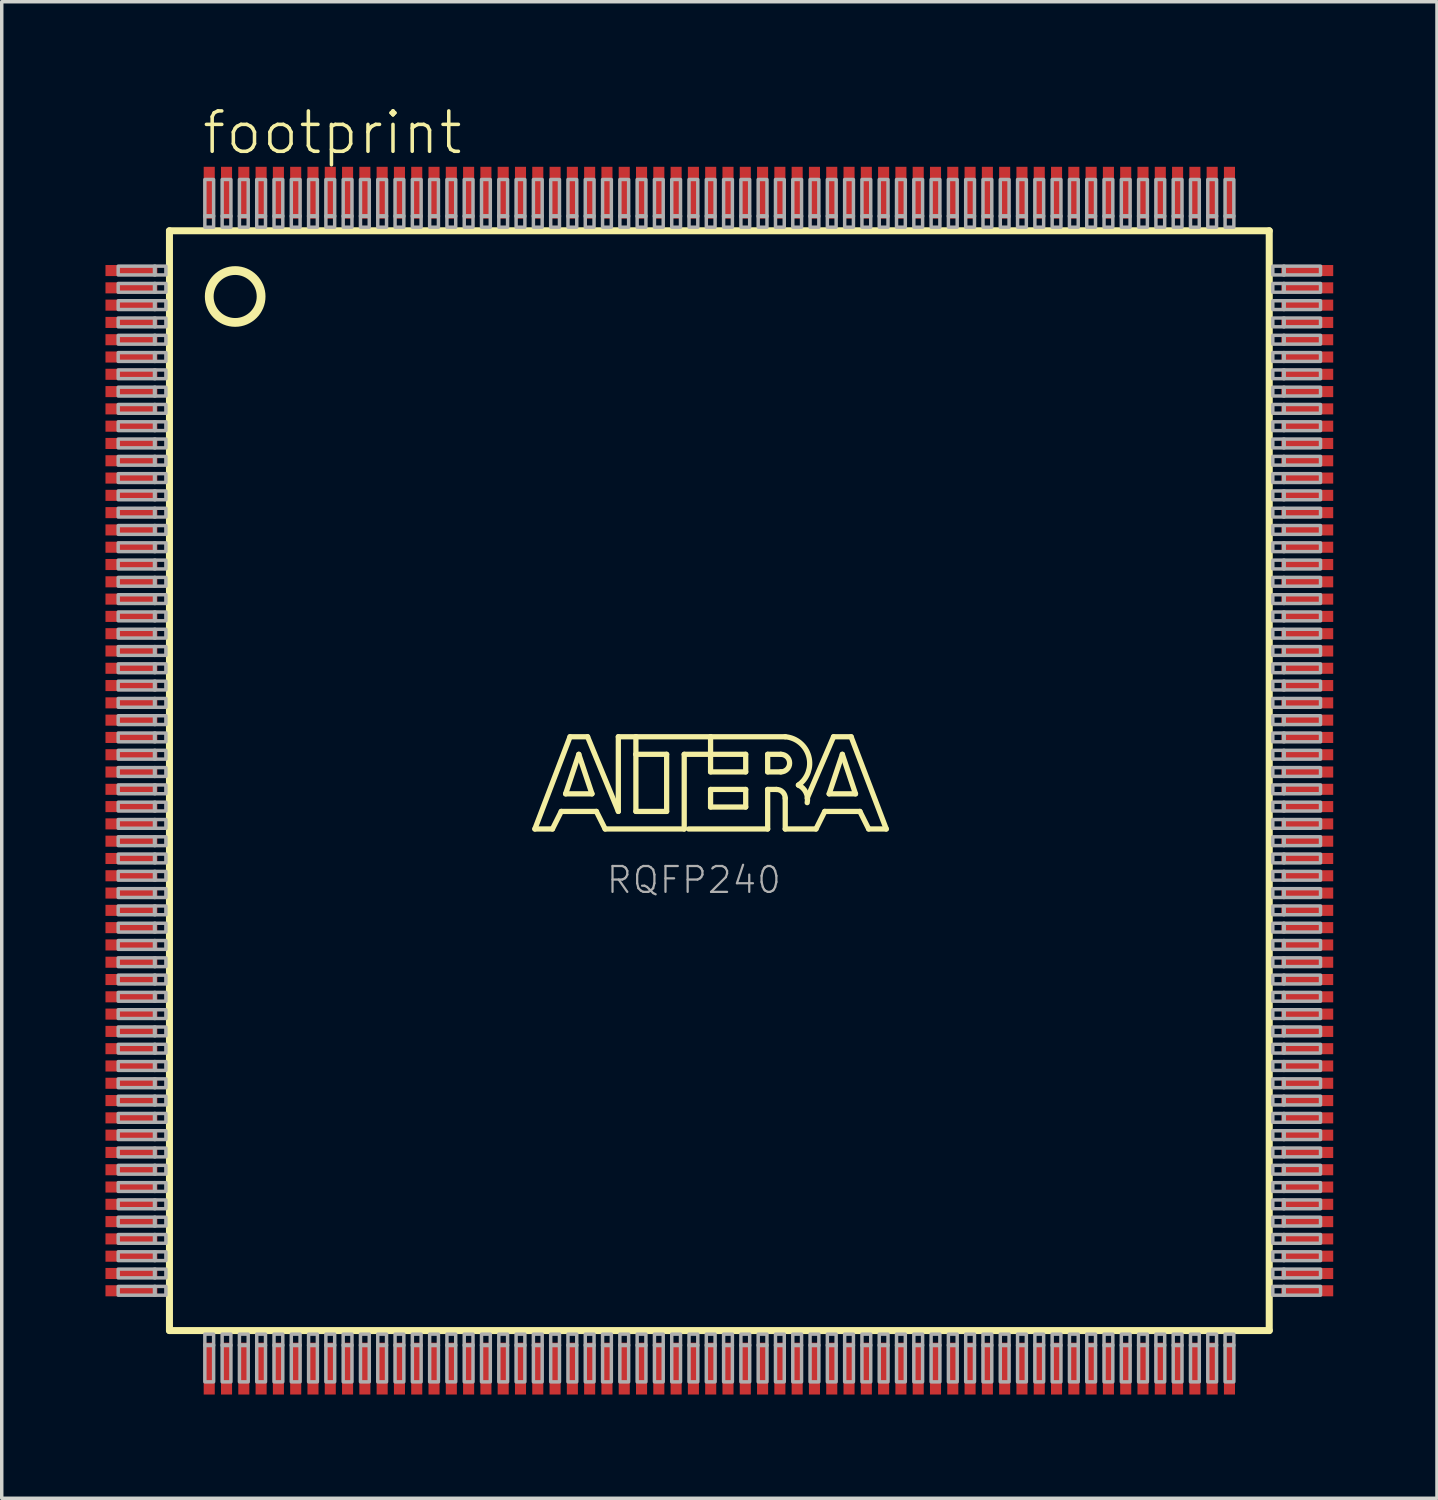
<source format=kicad_pcb>
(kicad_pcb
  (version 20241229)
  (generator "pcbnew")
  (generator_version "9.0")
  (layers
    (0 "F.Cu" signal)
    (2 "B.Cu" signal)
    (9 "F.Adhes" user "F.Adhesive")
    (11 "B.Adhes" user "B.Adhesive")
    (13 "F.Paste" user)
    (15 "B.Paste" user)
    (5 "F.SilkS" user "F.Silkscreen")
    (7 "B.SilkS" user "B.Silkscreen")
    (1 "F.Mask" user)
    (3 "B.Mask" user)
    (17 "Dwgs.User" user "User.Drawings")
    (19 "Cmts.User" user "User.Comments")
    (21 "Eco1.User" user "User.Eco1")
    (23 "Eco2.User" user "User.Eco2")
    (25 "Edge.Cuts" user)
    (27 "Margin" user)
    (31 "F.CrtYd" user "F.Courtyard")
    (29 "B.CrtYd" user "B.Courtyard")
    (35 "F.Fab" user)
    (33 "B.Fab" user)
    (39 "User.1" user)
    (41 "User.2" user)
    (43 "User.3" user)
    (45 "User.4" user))
  (footprint "footprint"
    (layer "F.Cu")
    (at 17.75 19.523)
    (property "Reference" "footprint" (at -15.01 -18.05 0) (layer "F.SilkS") (effects (font (size 1.168 1.168) (thickness 0.102)) (justify left bottom)))
    (fp_line (start -15.9 -15.9) (end -15.9 15.9) (stroke (width 0.203) (type solid)) (layer "F.SilkS"))
    (fp_line (start -15.9 15.9) (end 15.9 15.9) (stroke (width 0.203) (type solid)) (layer "F.SilkS"))
    (fp_line (start -5.334 1.397) (end -4.318 -1.27) (stroke (width 0.152) (type solid)) (layer "F.SilkS"))
    (fp_line (start -4.826 1.397) (end -5.334 1.397) (stroke (width 0.152) (type solid)) (layer "F.SilkS"))
    (fp_line (start -4.572 0.889) (end -4.826 1.397) (stroke (width 0.152) (type solid)) (layer "F.SilkS"))
    (fp_line (start -4.445 0.381) (end -3.683 0.381) (stroke (width 0.152) (type solid)) (layer "F.SilkS"))
    (fp_line (start -4.318 -1.27) (end -3.81 -1.27) (stroke (width 0.152) (type solid)) (layer "F.SilkS"))
    (fp_line (start -4.064 -0.762) (end -4.445 0.381) (stroke (width 0.152) (type solid)) (layer "F.SilkS"))
    (fp_line (start -3.81 -1.27) (end -2.921 0.889) (stroke (width 0.152) (type solid)) (layer "F.SilkS"))
    (fp_line (start -3.683 0.381) (end -4.064 -0.762) (stroke (width 0.152) (type solid)) (layer "F.SilkS"))
    (fp_line (start -3.556 0.889) (end -4.572 0.889) (stroke (width 0.152) (type solid)) (layer "F.SilkS"))
    (fp_line (start -3.302 1.397) (end -3.556 0.889) (stroke (width 0.152) (type solid)) (layer "F.SilkS"))
    (fp_line (start -2.921 -1.27) (end -2.413 -1.27) (stroke (width 0.152) (type solid)) (layer "F.SilkS"))
    (fp_line (start -2.921 0.889) (end -2.921 -1.27) (stroke (width 0.152) (type solid)) (layer "F.SilkS"))
    (fp_line (start -2.413 -1.27) (end -2.413 -0.762) (stroke (width 0.152) (type solid)) (layer "F.SilkS"))
    (fp_line (start -2.413 -1.27) (end -0.254 -1.27) (stroke (width 0.152) (type solid)) (layer "F.SilkS"))
    (fp_line (start -2.413 -0.762) (end -2.413 0.889) (stroke (width 0.152) (type solid)) (layer "F.SilkS"))
    (fp_line (start -2.413 0.889) (end -1.524 0.889) (stroke (width 0.152) (type solid)) (layer "F.SilkS"))
    (fp_line (start -1.524 -0.762) (end -2.413 -0.762) (stroke (width 0.152) (type solid)) (layer "F.SilkS"))
    (fp_line (start -1.524 0.889) (end -1.524 -0.762) (stroke (width 0.152) (type solid)) (layer "F.SilkS"))
    (fp_line (start -1.016 -0.762) (end -1.016 1.397) (stroke (width 0.152) (type solid)) (layer "F.SilkS"))
    (fp_line (start -1.016 1.397) (end -3.302 1.397) (stroke (width 0.152) (type solid)) (layer "F.SilkS"))
    (fp_line (start -0.254 -1.27) (end -0.254 -0.762) (stroke (width 0.152) (type solid)) (layer "F.SilkS"))
    (fp_line (start -0.254 -1.27) (end 1.905 -1.27) (stroke (width 0.152) (type solid)) (layer "F.SilkS"))
    (fp_line (start -0.254 -0.762) (end -1.016 -0.762) (stroke (width 0.152) (type solid)) (layer "F.SilkS"))
    (fp_line (start -0.254 -0.762) (end -0.254 -0.254) (stroke (width 0.152) (type solid)) (layer "F.SilkS"))
    (fp_line (start -0.254 -0.254) (end 0.762 -0.254) (stroke (width 0.152) (type solid)) (layer "F.SilkS"))
    (fp_line (start -0.254 0.254) (end 0.762 0.254) (stroke (width 0.152) (type solid)) (layer "F.SilkS"))
    (fp_line (start -0.254 0.762) (end -0.254 0.254) (stroke (width 0.152) (type solid)) (layer "F.SilkS"))
    (fp_line (start 0.762 -0.762) (end -0.254 -0.762) (stroke (width 0.152) (type solid)) (layer "F.SilkS"))
    (fp_line (start 0.762 -0.254) (end 0.762 -0.762) (stroke (width 0.152) (type solid)) (layer "F.SilkS"))
    (fp_line (start 0.762 0.254) (end 0.762 0.762) (stroke (width 0.152) (type solid)) (layer "F.SilkS"))
    (fp_line (start 0.762 0.762) (end -0.254 0.762) (stroke (width 0.152) (type solid)) (layer "F.SilkS"))
    (fp_line (start 1.397 -0.762) (end 1.397 -0.254) (stroke (width 0.152) (type solid)) (layer "F.SilkS"))
    (fp_line (start 1.397 -0.254) (end 1.778 -0.254) (stroke (width 0.152) (type solid)) (layer "F.SilkS"))
    (fp_line (start 1.397 0.254) (end 1.397 1.397) (stroke (width 0.152) (type solid)) (layer "F.SilkS"))
    (fp_line (start 1.397 0.254) (end 1.651 0.254) (stroke (width 0.152) (type solid)) (layer "F.SilkS"))
    (fp_line (start 1.397 1.397) (end -0.889 1.397) (stroke (width 0.152) (type solid)) (layer "F.SilkS"))
    (fp_line (start 1.778 -0.762) (end 1.397 -0.762) (stroke (width 0.152) (type solid)) (layer "F.SilkS"))
    (fp_line (start 1.905 0.508) (end 1.905 1.397) (stroke (width 0.152) (type solid)) (layer "F.SilkS"))
    (fp_line (start 1.905 1.397) (end 2.794 1.397) (stroke (width 0.152) (type solid)) (layer "F.SilkS"))
    (fp_line (start 2.794 1.397) (end 3.048 0.889) (stroke (width 0.152) (type solid)) (layer "F.SilkS"))
    (fp_line (start 3.048 0.889) (end 4.064 0.889) (stroke (width 0.152) (type solid)) (layer "F.SilkS"))
    (fp_line (start 3.175 0.381) (end 3.556 -0.762) (stroke (width 0.152) (type solid)) (layer "F.SilkS"))
    (fp_line (start 3.302 -1.27) (end 2.54 0.508) (stroke (width 0.152) (type solid)) (layer "F.SilkS"))
    (fp_line (start 3.556 -0.762) (end 3.937 0.381) (stroke (width 0.152) (type solid)) (layer "F.SilkS"))
    (fp_line (start 3.81 -1.27) (end 3.302 -1.27) (stroke (width 0.152) (type solid)) (layer "F.SilkS"))
    (fp_line (start 3.937 0.381) (end 3.175 0.381) (stroke (width 0.152) (type solid)) (layer "F.SilkS"))
    (fp_line (start 4.064 0.889) (end 4.318 1.397) (stroke (width 0.152) (type solid)) (layer "F.SilkS"))
    (fp_line (start 4.318 1.397) (end 4.826 1.397) (stroke (width 0.152) (type solid)) (layer "F.SilkS"))
    (fp_line (start 4.826 1.397) (end 3.81 -1.27) (stroke (width 0.152) (type solid)) (layer "F.SilkS"))
    (fp_line (start 15.9 -15.9) (end -15.9 -15.9) (stroke (width 0.203) (type solid)) (layer "F.SilkS"))
    (fp_line (start 15.9 15.9) (end 15.9 -15.9) (stroke (width 0.203) (type solid)) (layer "F.SilkS"))
    (fp_arc (start 1.651 0.254) (mid 1.830605 0.328395) (end 1.905 0.508) (stroke (width 0.1524) (type solid)) (layer "F.SilkS"))
    (fp_arc (start 1.778 -0.762) (mid 2.032 -0.508) (end 1.778 -0.254) (stroke (width 0.1524) (type solid)) (layer "F.SilkS"))
    (fp_arc (start 1.905 -1.27) (mid 2.585094 -0.704629) (end 2.286098 0.127701) (stroke (width 0.1524) (type solid)) (layer "F.SilkS"))
    (fp_arc (start 2.286 0.127) (mid 2.501981 0.336487) (end 2.539699 0.635) (stroke (width 0.1524) (type solid)) (layer "F.SilkS"))
    (fp_circle (center -14 -14) (end -13.25 -14) (stroke (width 0.254) (type solid)) (fill no) (layer "F.SilkS"))
    (fp_poly (pts (xy -17.383 -14.623) (xy -16.316 -14.623) (xy -16.316 -14.877) (xy -17.383 -14.877)) (stroke (width 0.1) (type solid)) (fill no) (layer "F.Fab"))
    (fp_poly (pts (xy -17.383 -14.123) (xy -16.316 -14.123) (xy -16.316 -14.377) (xy -17.383 -14.377)) (stroke (width 0.1) (type solid)) (fill no) (layer "F.Fab"))
    (fp_poly (pts (xy -17.383 -13.623) (xy -16.316 -13.623) (xy -16.316 -13.877) (xy -17.383 -13.877)) (stroke (width 0.1) (type solid)) (fill no) (layer "F.Fab"))
    (fp_poly (pts (xy -17.383 -13.123) (xy -16.316 -13.123) (xy -16.316 -13.377) (xy -17.383 -13.377)) (stroke (width 0.1) (type solid)) (fill no) (layer "F.Fab"))
    (fp_poly (pts (xy -17.383 -12.623) (xy -16.316 -12.623) (xy -16.316 -12.877) (xy -17.383 -12.877)) (stroke (width 0.1) (type solid)) (fill no) (layer "F.Fab"))
    (fp_poly (pts (xy -17.383 -12.123) (xy -16.316 -12.123) (xy -16.316 -12.377) (xy -17.383 -12.377)) (stroke (width 0.1) (type solid)) (fill no) (layer "F.Fab"))
    (fp_poly (pts (xy -17.383 -11.623) (xy -16.316 -11.623) (xy -16.316 -11.877) (xy -17.383 -11.877)) (stroke (width 0.1) (type solid)) (fill no) (layer "F.Fab"))
    (fp_poly (pts (xy -17.383 -11.123) (xy -16.316 -11.123) (xy -16.316 -11.377) (xy -17.383 -11.377)) (stroke (width 0.1) (type solid)) (fill no) (layer "F.Fab"))
    (fp_poly (pts (xy -17.383 -10.623) (xy -16.316 -10.623) (xy -16.316 -10.877) (xy -17.383 -10.877)) (stroke (width 0.1) (type solid)) (fill no) (layer "F.Fab"))
    (fp_poly (pts (xy -17.383 -10.123) (xy -16.316 -10.123) (xy -16.316 -10.377) (xy -17.383 -10.377)) (stroke (width 0.1) (type solid)) (fill no) (layer "F.Fab"))
    (fp_poly (pts (xy -17.383 -9.623) (xy -16.316 -9.623) (xy -16.316 -9.877) (xy -17.383 -9.877)) (stroke (width 0.1) (type solid)) (fill no) (layer "F.Fab"))
    (fp_poly (pts (xy -17.383 -9.123) (xy -16.316 -9.123) (xy -16.316 -9.377) (xy -17.383 -9.377)) (stroke (width 0.1) (type solid)) (fill no) (layer "F.Fab"))
    (fp_poly (pts (xy -17.383 -8.623) (xy -16.316 -8.623) (xy -16.316 -8.877) (xy -17.383 -8.877)) (stroke (width 0.1) (type solid)) (fill no) (layer "F.Fab"))
    (fp_poly (pts (xy -17.383 -8.123) (xy -16.316 -8.123) (xy -16.316 -8.377) (xy -17.383 -8.377)) (stroke (width 0.1) (type solid)) (fill no) (layer "F.Fab"))
    (fp_poly (pts (xy -17.383 -7.623) (xy -16.316 -7.623) (xy -16.316 -7.877) (xy -17.383 -7.877)) (stroke (width 0.1) (type solid)) (fill no) (layer "F.Fab"))
    (fp_poly (pts (xy -17.383 -7.123) (xy -16.316 -7.123) (xy -16.316 -7.377) (xy -17.383 -7.377)) (stroke (width 0.1) (type solid)) (fill no) (layer "F.Fab"))
    (fp_poly (pts (xy -17.383 -6.623) (xy -16.316 -6.623) (xy -16.316 -6.877) (xy -17.383 -6.877)) (stroke (width 0.1) (type solid)) (fill no) (layer "F.Fab"))
    (fp_poly (pts (xy -17.383 -6.123) (xy -16.316 -6.123) (xy -16.316 -6.377) (xy -17.383 -6.377)) (stroke (width 0.1) (type solid)) (fill no) (layer "F.Fab"))
    (fp_poly (pts (xy -17.383 -5.623) (xy -16.316 -5.623) (xy -16.316 -5.877) (xy -17.383 -5.877)) (stroke (width 0.1) (type solid)) (fill no) (layer "F.Fab"))
    (fp_poly (pts (xy -17.383 -5.123) (xy -16.316 -5.123) (xy -16.316 -5.377) (xy -17.383 -5.377)) (stroke (width 0.1) (type solid)) (fill no) (layer "F.Fab"))
    (fp_poly (pts (xy -17.383 -4.623) (xy -16.316 -4.623) (xy -16.316 -4.877) (xy -17.383 -4.877)) (stroke (width 0.1) (type solid)) (fill no) (layer "F.Fab"))
    (fp_poly (pts (xy -17.383 -4.123) (xy -16.316 -4.123) (xy -16.316 -4.377) (xy -17.383 -4.377)) (stroke (width 0.1) (type solid)) (fill no) (layer "F.Fab"))
    (fp_poly (pts (xy -17.383 -3.623) (xy -16.316 -3.623) (xy -16.316 -3.877) (xy -17.383 -3.877)) (stroke (width 0.1) (type solid)) (fill no) (layer "F.Fab"))
    (fp_poly (pts (xy -17.383 -3.123) (xy -16.316 -3.123) (xy -16.316 -3.377) (xy -17.383 -3.377)) (stroke (width 0.1) (type solid)) (fill no) (layer "F.Fab"))
    (fp_poly (pts (xy -17.383 -2.623) (xy -16.316 -2.623) (xy -16.316 -2.877) (xy -17.383 -2.877)) (stroke (width 0.1) (type solid)) (fill no) (layer "F.Fab"))
    (fp_poly (pts (xy -17.383 -2.123) (xy -16.316 -2.123) (xy -16.316 -2.377) (xy -17.383 -2.377)) (stroke (width 0.1) (type solid)) (fill no) (layer "F.Fab"))
    (fp_poly (pts (xy -17.383 -1.623) (xy -16.316 -1.623) (xy -16.316 -1.877) (xy -17.383 -1.877)) (stroke (width 0.1) (type solid)) (fill no) (layer "F.Fab"))
    (fp_poly (pts (xy -17.383 -1.123) (xy -16.316 -1.123) (xy -16.316 -1.377) (xy -17.383 -1.377)) (stroke (width 0.1) (type solid)) (fill no) (layer "F.Fab"))
    (fp_poly (pts (xy -17.383 -0.623) (xy -16.316 -0.623) (xy -16.316 -0.877) (xy -17.383 -0.877)) (stroke (width 0.1) (type solid)) (fill no) (layer "F.Fab"))
    (fp_poly (pts (xy -17.383 -0.123) (xy -16.316 -0.123) (xy -16.316 -0.377) (xy -17.383 -0.377)) (stroke (width 0.1) (type solid)) (fill no) (layer "F.Fab"))
    (fp_poly (pts (xy -17.383 0.377) (xy -16.316 0.377) (xy -16.316 0.123) (xy -17.383 0.123)) (stroke (width 0.1) (type solid)) (fill no) (layer "F.Fab"))
    (fp_poly (pts (xy -17.383 0.877) (xy -16.316 0.877) (xy -16.316 0.623) (xy -17.383 0.623)) (stroke (width 0.1) (type solid)) (fill no) (layer "F.Fab"))
    (fp_poly (pts (xy -17.383 1.377) (xy -16.316 1.377) (xy -16.316 1.123) (xy -17.383 1.123)) (stroke (width 0.1) (type solid)) (fill no) (layer "F.Fab"))
    (fp_poly (pts (xy -17.383 1.877) (xy -16.316 1.877) (xy -16.316 1.623) (xy -17.383 1.623)) (stroke (width 0.1) (type solid)) (fill no) (layer "F.Fab"))
    (fp_poly (pts (xy -17.383 2.377) (xy -16.316 2.377) (xy -16.316 2.123) (xy -17.383 2.123)) (stroke (width 0.1) (type solid)) (fill no) (layer "F.Fab"))
    (fp_poly (pts (xy -17.383 2.877) (xy -16.316 2.877) (xy -16.316 2.623) (xy -17.383 2.623)) (stroke (width 0.1) (type solid)) (fill no) (layer "F.Fab"))
    (fp_poly (pts (xy -17.383 3.377) (xy -16.316 3.377) (xy -16.316 3.123) (xy -17.383 3.123)) (stroke (width 0.1) (type solid)) (fill no) (layer "F.Fab"))
    (fp_poly (pts (xy -17.383 3.877) (xy -16.316 3.877) (xy -16.316 3.623) (xy -17.383 3.623)) (stroke (width 0.1) (type solid)) (fill no) (layer "F.Fab"))
    (fp_poly (pts (xy -17.383 4.377) (xy -16.316 4.377) (xy -16.316 4.123) (xy -17.383 4.123)) (stroke (width 0.1) (type solid)) (fill no) (layer "F.Fab"))
    (fp_poly (pts (xy -17.383 4.877) (xy -16.316 4.877) (xy -16.316 4.623) (xy -17.383 4.623)) (stroke (width 0.1) (type solid)) (fill no) (layer "F.Fab"))
    (fp_poly (pts (xy -17.383 5.377) (xy -16.316 5.377) (xy -16.316 5.123) (xy -17.383 5.123)) (stroke (width 0.1) (type solid)) (fill no) (layer "F.Fab"))
    (fp_poly (pts (xy -17.383 5.877) (xy -16.316 5.877) (xy -16.316 5.623) (xy -17.383 5.623)) (stroke (width 0.1) (type solid)) (fill no) (layer "F.Fab"))
    (fp_poly (pts (xy -17.383 6.377) (xy -16.316 6.377) (xy -16.316 6.123) (xy -17.383 6.123)) (stroke (width 0.1) (type solid)) (fill no) (layer "F.Fab"))
    (fp_poly (pts (xy -17.383 6.877) (xy -16.316 6.877) (xy -16.316 6.623) (xy -17.383 6.623)) (stroke (width 0.1) (type solid)) (fill no) (layer "F.Fab"))
    (fp_poly (pts (xy -17.383 7.377) (xy -16.316 7.377) (xy -16.316 7.123) (xy -17.383 7.123)) (stroke (width 0.1) (type solid)) (fill no) (layer "F.Fab"))
    (fp_poly (pts (xy -17.383 7.877) (xy -16.316 7.877) (xy -16.316 7.623) (xy -17.383 7.623)) (stroke (width 0.1) (type solid)) (fill no) (layer "F.Fab"))
    (fp_poly (pts (xy -17.383 8.377) (xy -16.316 8.377) (xy -16.316 8.123) (xy -17.383 8.123)) (stroke (width 0.1) (type solid)) (fill no) (layer "F.Fab"))
    (fp_poly (pts (xy -17.383 8.877) (xy -16.316 8.877) (xy -16.316 8.623) (xy -17.383 8.623)) (stroke (width 0.1) (type solid)) (fill no) (layer "F.Fab"))
    (fp_poly (pts (xy -17.383 9.377) (xy -16.316 9.377) (xy -16.316 9.123) (xy -17.383 9.123)) (stroke (width 0.1) (type solid)) (fill no) (layer "F.Fab"))
    (fp_poly (pts (xy -17.383 9.877) (xy -16.316 9.877) (xy -16.316 9.623) (xy -17.383 9.623)) (stroke (width 0.1) (type solid)) (fill no) (layer "F.Fab"))
    (fp_poly (pts (xy -17.383 10.377) (xy -16.316 10.377) (xy -16.316 10.123) (xy -17.383 10.123)) (stroke (width 0.1) (type solid)) (fill no) (layer "F.Fab"))
    (fp_poly (pts (xy -17.383 10.877) (xy -16.316 10.877) (xy -16.316 10.623) (xy -17.383 10.623)) (stroke (width 0.1) (type solid)) (fill no) (layer "F.Fab"))
    (fp_poly (pts (xy -17.383 11.377) (xy -16.316 11.377) (xy -16.316 11.123) (xy -17.383 11.123)) (stroke (width 0.1) (type solid)) (fill no) (layer "F.Fab"))
    (fp_poly (pts (xy -17.383 11.877) (xy -16.316 11.877) (xy -16.316 11.623) (xy -17.383 11.623)) (stroke (width 0.1) (type solid)) (fill no) (layer "F.Fab"))
    (fp_poly (pts (xy -17.383 12.377) (xy -16.316 12.377) (xy -16.316 12.123) (xy -17.383 12.123)) (stroke (width 0.1) (type solid)) (fill no) (layer "F.Fab"))
    (fp_poly (pts (xy -17.383 12.877) (xy -16.316 12.877) (xy -16.316 12.623) (xy -17.383 12.623)) (stroke (width 0.1) (type solid)) (fill no) (layer "F.Fab"))
    (fp_poly (pts (xy -17.383 13.377) (xy -16.316 13.377) (xy -16.316 13.123) (xy -17.383 13.123)) (stroke (width 0.1) (type solid)) (fill no) (layer "F.Fab"))
    (fp_poly (pts (xy -17.383 13.877) (xy -16.316 13.877) (xy -16.316 13.623) (xy -17.383 13.623)) (stroke (width 0.1) (type solid)) (fill no) (layer "F.Fab"))
    (fp_poly (pts (xy -17.383 14.377) (xy -16.316 14.377) (xy -16.316 14.123) (xy -17.383 14.123)) (stroke (width 0.1) (type solid)) (fill no) (layer "F.Fab"))
    (fp_poly (pts (xy -17.383 14.877) (xy -16.316 14.877) (xy -16.316 14.623) (xy -17.383 14.623)) (stroke (width 0.1) (type solid)) (fill no) (layer "F.Fab"))
    (fp_poly (pts (xy -16.333 -14.623) (xy -16.003 -14.623) (xy -16.003 -14.877) (xy -16.333 -14.877)) (stroke (width 0.1) (type solid)) (fill no) (layer "F.Fab"))
    (fp_poly (pts (xy -16.333 -14.123) (xy -16.003 -14.123) (xy -16.003 -14.377) (xy -16.333 -14.377)) (stroke (width 0.1) (type solid)) (fill no) (layer "F.Fab"))
    (fp_poly (pts (xy -16.333 -13.623) (xy -16.003 -13.623) (xy -16.003 -13.877) (xy -16.333 -13.877)) (stroke (width 0.1) (type solid)) (fill no) (layer "F.Fab"))
    (fp_poly (pts (xy -16.333 -13.123) (xy -16.003 -13.123) (xy -16.003 -13.377) (xy -16.333 -13.377)) (stroke (width 0.1) (type solid)) (fill no) (layer "F.Fab"))
    (fp_poly (pts (xy -16.333 -12.623) (xy -16.003 -12.623) (xy -16.003 -12.877) (xy -16.333 -12.877)) (stroke (width 0.1) (type solid)) (fill no) (layer "F.Fab"))
    (fp_poly (pts (xy -16.333 -12.123) (xy -16.003 -12.123) (xy -16.003 -12.377) (xy -16.333 -12.377)) (stroke (width 0.1) (type solid)) (fill no) (layer "F.Fab"))
    (fp_poly (pts (xy -16.333 -11.623) (xy -16.003 -11.623) (xy -16.003 -11.877) (xy -16.333 -11.877)) (stroke (width 0.1) (type solid)) (fill no) (layer "F.Fab"))
    (fp_poly (pts (xy -16.333 -11.123) (xy -16.003 -11.123) (xy -16.003 -11.377) (xy -16.333 -11.377)) (stroke (width 0.1) (type solid)) (fill no) (layer "F.Fab"))
    (fp_poly (pts (xy -16.333 -10.623) (xy -16.003 -10.623) (xy -16.003 -10.877) (xy -16.333 -10.877)) (stroke (width 0.1) (type solid)) (fill no) (layer "F.Fab"))
    (fp_poly (pts (xy -16.333 -10.123) (xy -16.003 -10.123) (xy -16.003 -10.377) (xy -16.333 -10.377)) (stroke (width 0.1) (type solid)) (fill no) (layer "F.Fab"))
    (fp_poly (pts (xy -16.333 -9.623) (xy -16.003 -9.623) (xy -16.003 -9.877) (xy -16.333 -9.877)) (stroke (width 0.1) (type solid)) (fill no) (layer "F.Fab"))
    (fp_poly (pts (xy -16.333 -9.123) (xy -16.003 -9.123) (xy -16.003 -9.377) (xy -16.333 -9.377)) (stroke (width 0.1) (type solid)) (fill no) (layer "F.Fab"))
    (fp_poly (pts (xy -16.333 -8.623) (xy -16.003 -8.623) (xy -16.003 -8.877) (xy -16.333 -8.877)) (stroke (width 0.1) (type solid)) (fill no) (layer "F.Fab"))
    (fp_poly (pts (xy -16.333 -8.123) (xy -16.003 -8.123) (xy -16.003 -8.377) (xy -16.333 -8.377)) (stroke (width 0.1) (type solid)) (fill no) (layer "F.Fab"))
    (fp_poly (pts (xy -16.333 -7.623) (xy -16.003 -7.623) (xy -16.003 -7.877) (xy -16.333 -7.877)) (stroke (width 0.1) (type solid)) (fill no) (layer "F.Fab"))
    (fp_poly (pts (xy -16.333 -7.123) (xy -16.003 -7.123) (xy -16.003 -7.377) (xy -16.333 -7.377)) (stroke (width 0.1) (type solid)) (fill no) (layer "F.Fab"))
    (fp_poly (pts (xy -16.333 -6.623) (xy -16.003 -6.623) (xy -16.003 -6.877) (xy -16.333 -6.877)) (stroke (width 0.1) (type solid)) (fill no) (layer "F.Fab"))
    (fp_poly (pts (xy -16.333 -6.123) (xy -16.003 -6.123) (xy -16.003 -6.377) (xy -16.333 -6.377)) (stroke (width 0.1) (type solid)) (fill no) (layer "F.Fab"))
    (fp_poly (pts (xy -16.333 -5.623) (xy -16.003 -5.623) (xy -16.003 -5.877) (xy -16.333 -5.877)) (stroke (width 0.1) (type solid)) (fill no) (layer "F.Fab"))
    (fp_poly (pts (xy -16.333 -5.123) (xy -16.003 -5.123) (xy -16.003 -5.377) (xy -16.333 -5.377)) (stroke (width 0.1) (type solid)) (fill no) (layer "F.Fab"))
    (fp_poly (pts (xy -16.333 -4.623) (xy -16.003 -4.623) (xy -16.003 -4.877) (xy -16.333 -4.877)) (stroke (width 0.1) (type solid)) (fill no) (layer "F.Fab"))
    (fp_poly (pts (xy -16.333 -4.123) (xy -16.003 -4.123) (xy -16.003 -4.377) (xy -16.333 -4.377)) (stroke (width 0.1) (type solid)) (fill no) (layer "F.Fab"))
    (fp_poly (pts (xy -16.333 -3.623) (xy -16.003 -3.623) (xy -16.003 -3.877) (xy -16.333 -3.877)) (stroke (width 0.1) (type solid)) (fill no) (layer "F.Fab"))
    (fp_poly (pts (xy -16.333 -3.123) (xy -16.003 -3.123) (xy -16.003 -3.377) (xy -16.333 -3.377)) (stroke (width 0.1) (type solid)) (fill no) (layer "F.Fab"))
    (fp_poly (pts (xy -16.333 -2.623) (xy -16.003 -2.623) (xy -16.003 -2.877) (xy -16.333 -2.877)) (stroke (width 0.1) (type solid)) (fill no) (layer "F.Fab"))
    (fp_poly (pts (xy -16.333 -2.123) (xy -16.003 -2.123) (xy -16.003 -2.377) (xy -16.333 -2.377)) (stroke (width 0.1) (type solid)) (fill no) (layer "F.Fab"))
    (fp_poly (pts (xy -16.333 -1.623) (xy -16.003 -1.623) (xy -16.003 -1.877) (xy -16.333 -1.877)) (stroke (width 0.1) (type solid)) (fill no) (layer "F.Fab"))
    (fp_poly (pts (xy -16.333 -1.123) (xy -16.003 -1.123) (xy -16.003 -1.377) (xy -16.333 -1.377)) (stroke (width 0.1) (type solid)) (fill no) (layer "F.Fab"))
    (fp_poly (pts (xy -16.333 -0.623) (xy -16.003 -0.623) (xy -16.003 -0.877) (xy -16.333 -0.877)) (stroke (width 0.1) (type solid)) (fill no) (layer "F.Fab"))
    (fp_poly (pts (xy -16.333 -0.123) (xy -16.003 -0.123) (xy -16.003 -0.377) (xy -16.333 -0.377)) (stroke (width 0.1) (type solid)) (fill no) (layer "F.Fab"))
    (fp_poly (pts (xy -16.333 0.377) (xy -16.003 0.377) (xy -16.003 0.123) (xy -16.333 0.123)) (stroke (width 0.1) (type solid)) (fill no) (layer "F.Fab"))
    (fp_poly (pts (xy -16.333 0.877) (xy -16.003 0.877) (xy -16.003 0.623) (xy -16.333 0.623)) (stroke (width 0.1) (type solid)) (fill no) (layer "F.Fab"))
    (fp_poly (pts (xy -16.333 1.377) (xy -16.003 1.377) (xy -16.003 1.123) (xy -16.333 1.123)) (stroke (width 0.1) (type solid)) (fill no) (layer "F.Fab"))
    (fp_poly (pts (xy -16.333 1.877) (xy -16.003 1.877) (xy -16.003 1.623) (xy -16.333 1.623)) (stroke (width 0.1) (type solid)) (fill no) (layer "F.Fab"))
    (fp_poly (pts (xy -16.333 2.377) (xy -16.003 2.377) (xy -16.003 2.123) (xy -16.333 2.123)) (stroke (width 0.1) (type solid)) (fill no) (layer "F.Fab"))
    (fp_poly (pts (xy -16.333 2.877) (xy -16.003 2.877) (xy -16.003 2.623) (xy -16.333 2.623)) (stroke (width 0.1) (type solid)) (fill no) (layer "F.Fab"))
    (fp_poly (pts (xy -16.333 3.377) (xy -16.003 3.377) (xy -16.003 3.123) (xy -16.333 3.123)) (stroke (width 0.1) (type solid)) (fill no) (layer "F.Fab"))
    (fp_poly (pts (xy -16.333 3.877) (xy -16.003 3.877) (xy -16.003 3.623) (xy -16.333 3.623)) (stroke (width 0.1) (type solid)) (fill no) (layer "F.Fab"))
    (fp_poly (pts (xy -16.333 4.377) (xy -16.003 4.377) (xy -16.003 4.123) (xy -16.333 4.123)) (stroke (width 0.1) (type solid)) (fill no) (layer "F.Fab"))
    (fp_poly (pts (xy -16.333 4.877) (xy -16.003 4.877) (xy -16.003 4.623) (xy -16.333 4.623)) (stroke (width 0.1) (type solid)) (fill no) (layer "F.Fab"))
    (fp_poly (pts (xy -16.333 5.377) (xy -16.003 5.377) (xy -16.003 5.123) (xy -16.333 5.123)) (stroke (width 0.1) (type solid)) (fill no) (layer "F.Fab"))
    (fp_poly (pts (xy -16.333 5.877) (xy -16.003 5.877) (xy -16.003 5.623) (xy -16.333 5.623)) (stroke (width 0.1) (type solid)) (fill no) (layer "F.Fab"))
    (fp_poly (pts (xy -16.333 6.377) (xy -16.003 6.377) (xy -16.003 6.123) (xy -16.333 6.123)) (stroke (width 0.1) (type solid)) (fill no) (layer "F.Fab"))
    (fp_poly (pts (xy -16.333 6.877) (xy -16.003 6.877) (xy -16.003 6.623) (xy -16.333 6.623)) (stroke (width 0.1) (type solid)) (fill no) (layer "F.Fab"))
    (fp_poly (pts (xy -16.333 7.377) (xy -16.003 7.377) (xy -16.003 7.123) (xy -16.333 7.123)) (stroke (width 0.1) (type solid)) (fill no) (layer "F.Fab"))
    (fp_poly (pts (xy -16.333 7.877) (xy -16.003 7.877) (xy -16.003 7.623) (xy -16.333 7.623)) (stroke (width 0.1) (type solid)) (fill no) (layer "F.Fab"))
    (fp_poly (pts (xy -16.333 8.377) (xy -16.003 8.377) (xy -16.003 8.123) (xy -16.333 8.123)) (stroke (width 0.1) (type solid)) (fill no) (layer "F.Fab"))
    (fp_poly (pts (xy -16.333 8.877) (xy -16.003 8.877) (xy -16.003 8.623) (xy -16.333 8.623)) (stroke (width 0.1) (type solid)) (fill no) (layer "F.Fab"))
    (fp_poly (pts (xy -16.333 9.377) (xy -16.003 9.377) (xy -16.003 9.123) (xy -16.333 9.123)) (stroke (width 0.1) (type solid)) (fill no) (layer "F.Fab"))
    (fp_poly (pts (xy -16.333 9.877) (xy -16.003 9.877) (xy -16.003 9.623) (xy -16.333 9.623)) (stroke (width 0.1) (type solid)) (fill no) (layer "F.Fab"))
    (fp_poly (pts (xy -16.333 10.377) (xy -16.003 10.377) (xy -16.003 10.123) (xy -16.333 10.123)) (stroke (width 0.1) (type solid)) (fill no) (layer "F.Fab"))
    (fp_poly (pts (xy -16.333 10.877) (xy -16.003 10.877) (xy -16.003 10.623) (xy -16.333 10.623)) (stroke (width 0.1) (type solid)) (fill no) (layer "F.Fab"))
    (fp_poly (pts (xy -16.333 11.377) (xy -16.003 11.377) (xy -16.003 11.123) (xy -16.333 11.123)) (stroke (width 0.1) (type solid)) (fill no) (layer "F.Fab"))
    (fp_poly (pts (xy -16.333 11.877) (xy -16.003 11.877) (xy -16.003 11.623) (xy -16.333 11.623)) (stroke (width 0.1) (type solid)) (fill no) (layer "F.Fab"))
    (fp_poly (pts (xy -16.333 12.377) (xy -16.003 12.377) (xy -16.003 12.123) (xy -16.333 12.123)) (stroke (width 0.1) (type solid)) (fill no) (layer "F.Fab"))
    (fp_poly (pts (xy -16.333 12.877) (xy -16.003 12.877) (xy -16.003 12.623) (xy -16.333 12.623)) (stroke (width 0.1) (type solid)) (fill no) (layer "F.Fab"))
    (fp_poly (pts (xy -16.333 13.377) (xy -16.003 13.377) (xy -16.003 13.123) (xy -16.333 13.123)) (stroke (width 0.1) (type solid)) (fill no) (layer "F.Fab"))
    (fp_poly (pts (xy -16.333 13.877) (xy -16.003 13.877) (xy -16.003 13.623) (xy -16.333 13.623)) (stroke (width 0.1) (type solid)) (fill no) (layer "F.Fab"))
    (fp_poly (pts (xy -16.333 14.377) (xy -16.003 14.377) (xy -16.003 14.123) (xy -16.333 14.123)) (stroke (width 0.1) (type solid)) (fill no) (layer "F.Fab"))
    (fp_poly (pts (xy -16.333 14.877) (xy -16.003 14.877) (xy -16.003 14.623) (xy -16.333 14.623)) (stroke (width 0.1) (type solid)) (fill no) (layer "F.Fab"))
    (fp_poly (pts (xy -14.877 -16.316) (xy -14.623 -16.316) (xy -14.623 -17.383) (xy -14.877 -17.383)) (stroke (width 0.1) (type solid)) (fill no) (layer "F.Fab"))
    (fp_poly (pts (xy -14.877 -16.003) (xy -14.623 -16.003) (xy -14.623 -16.333) (xy -14.877 -16.333)) (stroke (width 0.1) (type solid)) (fill no) (layer "F.Fab"))
    (fp_poly (pts (xy -14.877 16.333) (xy -14.623 16.333) (xy -14.623 16.003) (xy -14.877 16.003)) (stroke (width 0.1) (type solid)) (fill no) (layer "F.Fab"))
    (fp_poly (pts (xy -14.877 17.383) (xy -14.623 17.383) (xy -14.623 16.316) (xy -14.877 16.316)) (stroke (width 0.1) (type solid)) (fill no) (layer "F.Fab"))
    (fp_poly (pts (xy -14.377 -16.316) (xy -14.123 -16.316) (xy -14.123 -17.383) (xy -14.377 -17.383)) (stroke (width 0.1) (type solid)) (fill no) (layer "F.Fab"))
    (fp_poly (pts (xy -14.377 -16.003) (xy -14.123 -16.003) (xy -14.123 -16.333) (xy -14.377 -16.333)) (stroke (width 0.1) (type solid)) (fill no) (layer "F.Fab"))
    (fp_poly (pts (xy -14.377 16.333) (xy -14.123 16.333) (xy -14.123 16.003) (xy -14.377 16.003)) (stroke (width 0.1) (type solid)) (fill no) (layer "F.Fab"))
    (fp_poly (pts (xy -14.377 17.383) (xy -14.123 17.383) (xy -14.123 16.316) (xy -14.377 16.316)) (stroke (width 0.1) (type solid)) (fill no) (layer "F.Fab"))
    (fp_poly (pts (xy -13.877 -16.316) (xy -13.623 -16.316) (xy -13.623 -17.383) (xy -13.877 -17.383)) (stroke (width 0.1) (type solid)) (fill no) (layer "F.Fab"))
    (fp_poly (pts (xy -13.877 -16.003) (xy -13.623 -16.003) (xy -13.623 -16.333) (xy -13.877 -16.333)) (stroke (width 0.1) (type solid)) (fill no) (layer "F.Fab"))
    (fp_poly (pts (xy -13.877 16.333) (xy -13.623 16.333) (xy -13.623 16.003) (xy -13.877 16.003)) (stroke (width 0.1) (type solid)) (fill no) (layer "F.Fab"))
    (fp_poly (pts (xy -13.877 17.383) (xy -13.623 17.383) (xy -13.623 16.316) (xy -13.877 16.316)) (stroke (width 0.1) (type solid)) (fill no) (layer "F.Fab"))
    (fp_poly (pts (xy -13.377 -16.316) (xy -13.123 -16.316) (xy -13.123 -17.383) (xy -13.377 -17.383)) (stroke (width 0.1) (type solid)) (fill no) (layer "F.Fab"))
    (fp_poly (pts (xy -13.377 -16.003) (xy -13.123 -16.003) (xy -13.123 -16.333) (xy -13.377 -16.333)) (stroke (width 0.1) (type solid)) (fill no) (layer "F.Fab"))
    (fp_poly (pts (xy -13.377 16.333) (xy -13.123 16.333) (xy -13.123 16.003) (xy -13.377 16.003)) (stroke (width 0.1) (type solid)) (fill no) (layer "F.Fab"))
    (fp_poly (pts (xy -13.377 17.383) (xy -13.123 17.383) (xy -13.123 16.316) (xy -13.377 16.316)) (stroke (width 0.1) (type solid)) (fill no) (layer "F.Fab"))
    (fp_poly (pts (xy -12.877 -16.316) (xy -12.623 -16.316) (xy -12.623 -17.383) (xy -12.877 -17.383)) (stroke (width 0.1) (type solid)) (fill no) (layer "F.Fab"))
    (fp_poly (pts (xy -12.877 -16.003) (xy -12.623 -16.003) (xy -12.623 -16.333) (xy -12.877 -16.333)) (stroke (width 0.1) (type solid)) (fill no) (layer "F.Fab"))
    (fp_poly (pts (xy -12.877 16.333) (xy -12.623 16.333) (xy -12.623 16.003) (xy -12.877 16.003)) (stroke (width 0.1) (type solid)) (fill no) (layer "F.Fab"))
    (fp_poly (pts (xy -12.877 17.383) (xy -12.623 17.383) (xy -12.623 16.316) (xy -12.877 16.316)) (stroke (width 0.1) (type solid)) (fill no) (layer "F.Fab"))
    (fp_poly (pts (xy -12.377 -16.316) (xy -12.123 -16.316) (xy -12.123 -17.383) (xy -12.377 -17.383)) (stroke (width 0.1) (type solid)) (fill no) (layer "F.Fab"))
    (fp_poly (pts (xy -12.377 -16.003) (xy -12.123 -16.003) (xy -12.123 -16.333) (xy -12.377 -16.333)) (stroke (width 0.1) (type solid)) (fill no) (layer "F.Fab"))
    (fp_poly (pts (xy -12.377 16.333) (xy -12.123 16.333) (xy -12.123 16.003) (xy -12.377 16.003)) (stroke (width 0.1) (type solid)) (fill no) (layer "F.Fab"))
    (fp_poly (pts (xy -12.377 17.383) (xy -12.123 17.383) (xy -12.123 16.316) (xy -12.377 16.316)) (stroke (width 0.1) (type solid)) (fill no) (layer "F.Fab"))
    (fp_poly (pts (xy -11.877 -16.316) (xy -11.623 -16.316) (xy -11.623 -17.383) (xy -11.877 -17.383)) (stroke (width 0.1) (type solid)) (fill no) (layer "F.Fab"))
    (fp_poly (pts (xy -11.877 -16.003) (xy -11.623 -16.003) (xy -11.623 -16.333) (xy -11.877 -16.333)) (stroke (width 0.1) (type solid)) (fill no) (layer "F.Fab"))
    (fp_poly (pts (xy -11.877 16.333) (xy -11.623 16.333) (xy -11.623 16.003) (xy -11.877 16.003)) (stroke (width 0.1) (type solid)) (fill no) (layer "F.Fab"))
    (fp_poly (pts (xy -11.877 17.383) (xy -11.623 17.383) (xy -11.623 16.316) (xy -11.877 16.316)) (stroke (width 0.1) (type solid)) (fill no) (layer "F.Fab"))
    (fp_poly (pts (xy -11.377 -16.316) (xy -11.123 -16.316) (xy -11.123 -17.383) (xy -11.377 -17.383)) (stroke (width 0.1) (type solid)) (fill no) (layer "F.Fab"))
    (fp_poly (pts (xy -11.377 -16.003) (xy -11.123 -16.003) (xy -11.123 -16.333) (xy -11.377 -16.333)) (stroke (width 0.1) (type solid)) (fill no) (layer "F.Fab"))
    (fp_poly (pts (xy -11.377 16.333) (xy -11.123 16.333) (xy -11.123 16.003) (xy -11.377 16.003)) (stroke (width 0.1) (type solid)) (fill no) (layer "F.Fab"))
    (fp_poly (pts (xy -11.377 17.383) (xy -11.123 17.383) (xy -11.123 16.316) (xy -11.377 16.316)) (stroke (width 0.1) (type solid)) (fill no) (layer "F.Fab"))
    (fp_poly (pts (xy -10.877 -16.316) (xy -10.623 -16.316) (xy -10.623 -17.383) (xy -10.877 -17.383)) (stroke (width 0.1) (type solid)) (fill no) (layer "F.Fab"))
    (fp_poly (pts (xy -10.877 -16.003) (xy -10.623 -16.003) (xy -10.623 -16.333) (xy -10.877 -16.333)) (stroke (width 0.1) (type solid)) (fill no) (layer "F.Fab"))
    (fp_poly (pts (xy -10.877 16.333) (xy -10.623 16.333) (xy -10.623 16.003) (xy -10.877 16.003)) (stroke (width 0.1) (type solid)) (fill no) (layer "F.Fab"))
    (fp_poly (pts (xy -10.877 17.383) (xy -10.623 17.383) (xy -10.623 16.316) (xy -10.877 16.316)) (stroke (width 0.1) (type solid)) (fill no) (layer "F.Fab"))
    (fp_poly (pts (xy -10.377 -16.316) (xy -10.123 -16.316) (xy -10.123 -17.383) (xy -10.377 -17.383)) (stroke (width 0.1) (type solid)) (fill no) (layer "F.Fab"))
    (fp_poly (pts (xy -10.377 -16.003) (xy -10.123 -16.003) (xy -10.123 -16.333) (xy -10.377 -16.333)) (stroke (width 0.1) (type solid)) (fill no) (layer "F.Fab"))
    (fp_poly (pts (xy -10.377 16.333) (xy -10.123 16.333) (xy -10.123 16.003) (xy -10.377 16.003)) (stroke (width 0.1) (type solid)) (fill no) (layer "F.Fab"))
    (fp_poly (pts (xy -10.377 17.383) (xy -10.123 17.383) (xy -10.123 16.316) (xy -10.377 16.316)) (stroke (width 0.1) (type solid)) (fill no) (layer "F.Fab"))
    (fp_poly (pts (xy -9.877 -16.316) (xy -9.623 -16.316) (xy -9.623 -17.383) (xy -9.877 -17.383)) (stroke (width 0.1) (type solid)) (fill no) (layer "F.Fab"))
    (fp_poly (pts (xy -9.877 -16.003) (xy -9.623 -16.003) (xy -9.623 -16.333) (xy -9.877 -16.333)) (stroke (width 0.1) (type solid)) (fill no) (layer "F.Fab"))
    (fp_poly (pts (xy -9.877 16.333) (xy -9.623 16.333) (xy -9.623 16.003) (xy -9.877 16.003)) (stroke (width 0.1) (type solid)) (fill no) (layer "F.Fab"))
    (fp_poly (pts (xy -9.877 17.383) (xy -9.623 17.383) (xy -9.623 16.316) (xy -9.877 16.316)) (stroke (width 0.1) (type solid)) (fill no) (layer "F.Fab"))
    (fp_poly (pts (xy -9.377 -16.316) (xy -9.123 -16.316) (xy -9.123 -17.383) (xy -9.377 -17.383)) (stroke (width 0.1) (type solid)) (fill no) (layer "F.Fab"))
    (fp_poly (pts (xy -9.377 -16.003) (xy -9.123 -16.003) (xy -9.123 -16.333) (xy -9.377 -16.333)) (stroke (width 0.1) (type solid)) (fill no) (layer "F.Fab"))
    (fp_poly (pts (xy -9.377 16.333) (xy -9.123 16.333) (xy -9.123 16.003) (xy -9.377 16.003)) (stroke (width 0.1) (type solid)) (fill no) (layer "F.Fab"))
    (fp_poly (pts (xy -9.377 17.383) (xy -9.123 17.383) (xy -9.123 16.316) (xy -9.377 16.316)) (stroke (width 0.1) (type solid)) (fill no) (layer "F.Fab"))
    (fp_poly (pts (xy -8.877 -16.316) (xy -8.623 -16.316) (xy -8.623 -17.383) (xy -8.877 -17.383)) (stroke (width 0.1) (type solid)) (fill no) (layer "F.Fab"))
    (fp_poly (pts (xy -8.877 -16.003) (xy -8.623 -16.003) (xy -8.623 -16.333) (xy -8.877 -16.333)) (stroke (width 0.1) (type solid)) (fill no) (layer "F.Fab"))
    (fp_poly (pts (xy -8.877 16.333) (xy -8.623 16.333) (xy -8.623 16.003) (xy -8.877 16.003)) (stroke (width 0.1) (type solid)) (fill no) (layer "F.Fab"))
    (fp_poly (pts (xy -8.877 17.383) (xy -8.623 17.383) (xy -8.623 16.316) (xy -8.877 16.316)) (stroke (width 0.1) (type solid)) (fill no) (layer "F.Fab"))
    (fp_poly (pts (xy -8.377 -16.316) (xy -8.123 -16.316) (xy -8.123 -17.383) (xy -8.377 -17.383)) (stroke (width 0.1) (type solid)) (fill no) (layer "F.Fab"))
    (fp_poly (pts (xy -8.377 -16.003) (xy -8.123 -16.003) (xy -8.123 -16.333) (xy -8.377 -16.333)) (stroke (width 0.1) (type solid)) (fill no) (layer "F.Fab"))
    (fp_poly (pts (xy -8.377 16.333) (xy -8.123 16.333) (xy -8.123 16.003) (xy -8.377 16.003)) (stroke (width 0.1) (type solid)) (fill no) (layer "F.Fab"))
    (fp_poly (pts (xy -8.377 17.383) (xy -8.123 17.383) (xy -8.123 16.316) (xy -8.377 16.316)) (stroke (width 0.1) (type solid)) (fill no) (layer "F.Fab"))
    (fp_poly (pts (xy -7.877 -16.316) (xy -7.623 -16.316) (xy -7.623 -17.383) (xy -7.877 -17.383)) (stroke (width 0.1) (type solid)) (fill no) (layer "F.Fab"))
    (fp_poly (pts (xy -7.877 -16.003) (xy -7.623 -16.003) (xy -7.623 -16.333) (xy -7.877 -16.333)) (stroke (width 0.1) (type solid)) (fill no) (layer "F.Fab"))
    (fp_poly (pts (xy -7.877 16.333) (xy -7.623 16.333) (xy -7.623 16.003) (xy -7.877 16.003)) (stroke (width 0.1) (type solid)) (fill no) (layer "F.Fab"))
    (fp_poly (pts (xy -7.877 17.383) (xy -7.623 17.383) (xy -7.623 16.316) (xy -7.877 16.316)) (stroke (width 0.1) (type solid)) (fill no) (layer "F.Fab"))
    (fp_poly (pts (xy -7.377 -16.316) (xy -7.123 -16.316) (xy -7.123 -17.383) (xy -7.377 -17.383)) (stroke (width 0.1) (type solid)) (fill no) (layer "F.Fab"))
    (fp_poly (pts (xy -7.377 -16.003) (xy -7.123 -16.003) (xy -7.123 -16.333) (xy -7.377 -16.333)) (stroke (width 0.1) (type solid)) (fill no) (layer "F.Fab"))
    (fp_poly (pts (xy -7.377 16.333) (xy -7.123 16.333) (xy -7.123 16.003) (xy -7.377 16.003)) (stroke (width 0.1) (type solid)) (fill no) (layer "F.Fab"))
    (fp_poly (pts (xy -7.377 17.383) (xy -7.123 17.383) (xy -7.123 16.316) (xy -7.377 16.316)) (stroke (width 0.1) (type solid)) (fill no) (layer "F.Fab"))
    (fp_poly (pts (xy -6.877 -16.316) (xy -6.623 -16.316) (xy -6.623 -17.383) (xy -6.877 -17.383)) (stroke (width 0.1) (type solid)) (fill no) (layer "F.Fab"))
    (fp_poly (pts (xy -6.877 -16.003) (xy -6.623 -16.003) (xy -6.623 -16.333) (xy -6.877 -16.333)) (stroke (width 0.1) (type solid)) (fill no) (layer "F.Fab"))
    (fp_poly (pts (xy -6.877 16.333) (xy -6.623 16.333) (xy -6.623 16.003) (xy -6.877 16.003)) (stroke (width 0.1) (type solid)) (fill no) (layer "F.Fab"))
    (fp_poly (pts (xy -6.877 17.383) (xy -6.623 17.383) (xy -6.623 16.316) (xy -6.877 16.316)) (stroke (width 0.1) (type solid)) (fill no) (layer "F.Fab"))
    (fp_poly (pts (xy -6.377 -16.316) (xy -6.123 -16.316) (xy -6.123 -17.383) (xy -6.377 -17.383)) (stroke (width 0.1) (type solid)) (fill no) (layer "F.Fab"))
    (fp_poly (pts (xy -6.377 -16.003) (xy -6.123 -16.003) (xy -6.123 -16.333) (xy -6.377 -16.333)) (stroke (width 0.1) (type solid)) (fill no) (layer "F.Fab"))
    (fp_poly (pts (xy -6.377 16.333) (xy -6.123 16.333) (xy -6.123 16.003) (xy -6.377 16.003)) (stroke (width 0.1) (type solid)) (fill no) (layer "F.Fab"))
    (fp_poly (pts (xy -6.377 17.383) (xy -6.123 17.383) (xy -6.123 16.316) (xy -6.377 16.316)) (stroke (width 0.1) (type solid)) (fill no) (layer "F.Fab"))
    (fp_poly (pts (xy -5.877 -16.316) (xy -5.623 -16.316) (xy -5.623 -17.383) (xy -5.877 -17.383)) (stroke (width 0.1) (type solid)) (fill no) (layer "F.Fab"))
    (fp_poly (pts (xy -5.877 -16.003) (xy -5.623 -16.003) (xy -5.623 -16.333) (xy -5.877 -16.333)) (stroke (width 0.1) (type solid)) (fill no) (layer "F.Fab"))
    (fp_poly (pts (xy -5.877 16.333) (xy -5.623 16.333) (xy -5.623 16.003) (xy -5.877 16.003)) (stroke (width 0.1) (type solid)) (fill no) (layer "F.Fab"))
    (fp_poly (pts (xy -5.877 17.383) (xy -5.623 17.383) (xy -5.623 16.316) (xy -5.877 16.316)) (stroke (width 0.1) (type solid)) (fill no) (layer "F.Fab"))
    (fp_poly (pts (xy -5.377 -16.316) (xy -5.123 -16.316) (xy -5.123 -17.383) (xy -5.377 -17.383)) (stroke (width 0.1) (type solid)) (fill no) (layer "F.Fab"))
    (fp_poly (pts (xy -5.377 -16.003) (xy -5.123 -16.003) (xy -5.123 -16.333) (xy -5.377 -16.333)) (stroke (width 0.1) (type solid)) (fill no) (layer "F.Fab"))
    (fp_poly (pts (xy -5.377 16.333) (xy -5.123 16.333) (xy -5.123 16.003) (xy -5.377 16.003)) (stroke (width 0.1) (type solid)) (fill no) (layer "F.Fab"))
    (fp_poly (pts (xy -5.377 17.383) (xy -5.123 17.383) (xy -5.123 16.316) (xy -5.377 16.316)) (stroke (width 0.1) (type solid)) (fill no) (layer "F.Fab"))
    (fp_poly (pts (xy -4.877 -16.316) (xy -4.623 -16.316) (xy -4.623 -17.383) (xy -4.877 -17.383)) (stroke (width 0.1) (type solid)) (fill no) (layer "F.Fab"))
    (fp_poly (pts (xy -4.877 -16.003) (xy -4.623 -16.003) (xy -4.623 -16.333) (xy -4.877 -16.333)) (stroke (width 0.1) (type solid)) (fill no) (layer "F.Fab"))
    (fp_poly (pts (xy -4.877 16.333) (xy -4.623 16.333) (xy -4.623 16.003) (xy -4.877 16.003)) (stroke (width 0.1) (type solid)) (fill no) (layer "F.Fab"))
    (fp_poly (pts (xy -4.877 17.383) (xy -4.623 17.383) (xy -4.623 16.316) (xy -4.877 16.316)) (stroke (width 0.1) (type solid)) (fill no) (layer "F.Fab"))
    (fp_poly (pts (xy -4.377 -16.316) (xy -4.123 -16.316) (xy -4.123 -17.383) (xy -4.377 -17.383)) (stroke (width 0.1) (type solid)) (fill no) (layer "F.Fab"))
    (fp_poly (pts (xy -4.377 -16.003) (xy -4.123 -16.003) (xy -4.123 -16.333) (xy -4.377 -16.333)) (stroke (width 0.1) (type solid)) (fill no) (layer "F.Fab"))
    (fp_poly (pts (xy -4.377 16.333) (xy -4.123 16.333) (xy -4.123 16.003) (xy -4.377 16.003)) (stroke (width 0.1) (type solid)) (fill no) (layer "F.Fab"))
    (fp_poly (pts (xy -4.377 17.383) (xy -4.123 17.383) (xy -4.123 16.316) (xy -4.377 16.316)) (stroke (width 0.1) (type solid)) (fill no) (layer "F.Fab"))
    (fp_poly (pts (xy -3.877 -16.316) (xy -3.623 -16.316) (xy -3.623 -17.383) (xy -3.877 -17.383)) (stroke (width 0.1) (type solid)) (fill no) (layer "F.Fab"))
    (fp_poly (pts (xy -3.877 -16.003) (xy -3.623 -16.003) (xy -3.623 -16.333) (xy -3.877 -16.333)) (stroke (width 0.1) (type solid)) (fill no) (layer "F.Fab"))
    (fp_poly (pts (xy -3.877 16.333) (xy -3.623 16.333) (xy -3.623 16.003) (xy -3.877 16.003)) (stroke (width 0.1) (type solid)) (fill no) (layer "F.Fab"))
    (fp_poly (pts (xy -3.877 17.383) (xy -3.623 17.383) (xy -3.623 16.316) (xy -3.877 16.316)) (stroke (width 0.1) (type solid)) (fill no) (layer "F.Fab"))
    (fp_poly (pts (xy -3.377 -16.316) (xy -3.123 -16.316) (xy -3.123 -17.383) (xy -3.377 -17.383)) (stroke (width 0.1) (type solid)) (fill no) (layer "F.Fab"))
    (fp_poly (pts (xy -3.377 -16.003) (xy -3.123 -16.003) (xy -3.123 -16.333) (xy -3.377 -16.333)) (stroke (width 0.1) (type solid)) (fill no) (layer "F.Fab"))
    (fp_poly (pts (xy -3.377 16.333) (xy -3.123 16.333) (xy -3.123 16.003) (xy -3.377 16.003)) (stroke (width 0.1) (type solid)) (fill no) (layer "F.Fab"))
    (fp_poly (pts (xy -3.377 17.383) (xy -3.123 17.383) (xy -3.123 16.316) (xy -3.377 16.316)) (stroke (width 0.1) (type solid)) (fill no) (layer "F.Fab"))
    (fp_poly (pts (xy -2.877 -16.316) (xy -2.623 -16.316) (xy -2.623 -17.383) (xy -2.877 -17.383)) (stroke (width 0.1) (type solid)) (fill no) (layer "F.Fab"))
    (fp_poly (pts (xy -2.877 -16.003) (xy -2.623 -16.003) (xy -2.623 -16.333) (xy -2.877 -16.333)) (stroke (width 0.1) (type solid)) (fill no) (layer "F.Fab"))
    (fp_poly (pts (xy -2.877 16.333) (xy -2.623 16.333) (xy -2.623 16.003) (xy -2.877 16.003)) (stroke (width 0.1) (type solid)) (fill no) (layer "F.Fab"))
    (fp_poly (pts (xy -2.877 17.383) (xy -2.623 17.383) (xy -2.623 16.316) (xy -2.877 16.316)) (stroke (width 0.1) (type solid)) (fill no) (layer "F.Fab"))
    (fp_poly (pts (xy -2.377 -16.316) (xy -2.123 -16.316) (xy -2.123 -17.383) (xy -2.377 -17.383)) (stroke (width 0.1) (type solid)) (fill no) (layer "F.Fab"))
    (fp_poly (pts (xy -2.377 -16.003) (xy -2.123 -16.003) (xy -2.123 -16.333) (xy -2.377 -16.333)) (stroke (width 0.1) (type solid)) (fill no) (layer "F.Fab"))
    (fp_poly (pts (xy -2.377 16.333) (xy -2.123 16.333) (xy -2.123 16.003) (xy -2.377 16.003)) (stroke (width 0.1) (type solid)) (fill no) (layer "F.Fab"))
    (fp_poly (pts (xy -2.377 17.383) (xy -2.123 17.383) (xy -2.123 16.316) (xy -2.377 16.316)) (stroke (width 0.1) (type solid)) (fill no) (layer "F.Fab"))
    (fp_poly (pts (xy -1.877 -16.316) (xy -1.623 -16.316) (xy -1.623 -17.383) (xy -1.877 -17.383)) (stroke (width 0.1) (type solid)) (fill no) (layer "F.Fab"))
    (fp_poly (pts (xy -1.877 -16.003) (xy -1.623 -16.003) (xy -1.623 -16.333) (xy -1.877 -16.333)) (stroke (width 0.1) (type solid)) (fill no) (layer "F.Fab"))
    (fp_poly (pts (xy -1.877 16.333) (xy -1.623 16.333) (xy -1.623 16.003) (xy -1.877 16.003)) (stroke (width 0.1) (type solid)) (fill no) (layer "F.Fab"))
    (fp_poly (pts (xy -1.877 17.383) (xy -1.623 17.383) (xy -1.623 16.316) (xy -1.877 16.316)) (stroke (width 0.1) (type solid)) (fill no) (layer "F.Fab"))
    (fp_poly (pts (xy -1.377 -16.316) (xy -1.123 -16.316) (xy -1.123 -17.383) (xy -1.377 -17.383)) (stroke (width 0.1) (type solid)) (fill no) (layer "F.Fab"))
    (fp_poly (pts (xy -1.377 -16.003) (xy -1.123 -16.003) (xy -1.123 -16.333) (xy -1.377 -16.333)) (stroke (width 0.1) (type solid)) (fill no) (layer "F.Fab"))
    (fp_poly (pts (xy -1.377 16.333) (xy -1.123 16.333) (xy -1.123 16.003) (xy -1.377 16.003)) (stroke (width 0.1) (type solid)) (fill no) (layer "F.Fab"))
    (fp_poly (pts (xy -1.377 17.383) (xy -1.123 17.383) (xy -1.123 16.316) (xy -1.377 16.316)) (stroke (width 0.1) (type solid)) (fill no) (layer "F.Fab"))
    (fp_poly (pts (xy -0.877 -16.316) (xy -0.623 -16.316) (xy -0.623 -17.383) (xy -0.877 -17.383)) (stroke (width 0.1) (type solid)) (fill no) (layer "F.Fab"))
    (fp_poly (pts (xy -0.877 -16.003) (xy -0.623 -16.003) (xy -0.623 -16.333) (xy -0.877 -16.333)) (stroke (width 0.1) (type solid)) (fill no) (layer "F.Fab"))
    (fp_poly (pts (xy -0.877 16.333) (xy -0.623 16.333) (xy -0.623 16.003) (xy -0.877 16.003)) (stroke (width 0.1) (type solid)) (fill no) (layer "F.Fab"))
    (fp_poly (pts (xy -0.877 17.383) (xy -0.623 17.383) (xy -0.623 16.316) (xy -0.877 16.316)) (stroke (width 0.1) (type solid)) (fill no) (layer "F.Fab"))
    (fp_poly (pts (xy -0.377 -16.316) (xy -0.123 -16.316) (xy -0.123 -17.383) (xy -0.377 -17.383)) (stroke (width 0.1) (type solid)) (fill no) (layer "F.Fab"))
    (fp_poly (pts (xy -0.377 -16.003) (xy -0.123 -16.003) (xy -0.123 -16.333) (xy -0.377 -16.333)) (stroke (width 0.1) (type solid)) (fill no) (layer "F.Fab"))
    (fp_poly (pts (xy -0.377 16.333) (xy -0.123 16.333) (xy -0.123 16.003) (xy -0.377 16.003)) (stroke (width 0.1) (type solid)) (fill no) (layer "F.Fab"))
    (fp_poly (pts (xy -0.377 17.383) (xy -0.123 17.383) (xy -0.123 16.316) (xy -0.377 16.316)) (stroke (width 0.1) (type solid)) (fill no) (layer "F.Fab"))
    (fp_poly (pts (xy 0.123 -16.316) (xy 0.377 -16.316) (xy 0.377 -17.383) (xy 0.123 -17.383)) (stroke (width 0.1) (type solid)) (fill no) (layer "F.Fab"))
    (fp_poly (pts (xy 0.123 -16.003) (xy 0.377 -16.003) (xy 0.377 -16.333) (xy 0.123 -16.333)) (stroke (width 0.1) (type solid)) (fill no) (layer "F.Fab"))
    (fp_poly (pts (xy 0.123 16.333) (xy 0.377 16.333) (xy 0.377 16.003) (xy 0.123 16.003)) (stroke (width 0.1) (type solid)) (fill no) (layer "F.Fab"))
    (fp_poly (pts (xy 0.123 17.383) (xy 0.377 17.383) (xy 0.377 16.316) (xy 0.123 16.316)) (stroke (width 0.1) (type solid)) (fill no) (layer "F.Fab"))
    (fp_poly (pts (xy 0.623 -16.316) (xy 0.877 -16.316) (xy 0.877 -17.383) (xy 0.623 -17.383)) (stroke (width 0.1) (type solid)) (fill no) (layer "F.Fab"))
    (fp_poly (pts (xy 0.623 -16.003) (xy 0.877 -16.003) (xy 0.877 -16.333) (xy 0.623 -16.333)) (stroke (width 0.1) (type solid)) (fill no) (layer "F.Fab"))
    (fp_poly (pts (xy 0.623 16.333) (xy 0.877 16.333) (xy 0.877 16.003) (xy 0.623 16.003)) (stroke (width 0.1) (type solid)) (fill no) (layer "F.Fab"))
    (fp_poly (pts (xy 0.623 17.383) (xy 0.877 17.383) (xy 0.877 16.316) (xy 0.623 16.316)) (stroke (width 0.1) (type solid)) (fill no) (layer "F.Fab"))
    (fp_poly (pts (xy 1.123 -16.316) (xy 1.377 -16.316) (xy 1.377 -17.383) (xy 1.123 -17.383)) (stroke (width 0.1) (type solid)) (fill no) (layer "F.Fab"))
    (fp_poly (pts (xy 1.123 -16.003) (xy 1.377 -16.003) (xy 1.377 -16.333) (xy 1.123 -16.333)) (stroke (width 0.1) (type solid)) (fill no) (layer "F.Fab"))
    (fp_poly (pts (xy 1.123 16.333) (xy 1.377 16.333) (xy 1.377 16.003) (xy 1.123 16.003)) (stroke (width 0.1) (type solid)) (fill no) (layer "F.Fab"))
    (fp_poly (pts (xy 1.123 17.383) (xy 1.377 17.383) (xy 1.377 16.316) (xy 1.123 16.316)) (stroke (width 0.1) (type solid)) (fill no) (layer "F.Fab"))
    (fp_poly (pts (xy 1.623 -16.316) (xy 1.877 -16.316) (xy 1.877 -17.383) (xy 1.623 -17.383)) (stroke (width 0.1) (type solid)) (fill no) (layer "F.Fab"))
    (fp_poly (pts (xy 1.623 -16.003) (xy 1.877 -16.003) (xy 1.877 -16.333) (xy 1.623 -16.333)) (stroke (width 0.1) (type solid)) (fill no) (layer "F.Fab"))
    (fp_poly (pts (xy 1.623 16.333) (xy 1.877 16.333) (xy 1.877 16.003) (xy 1.623 16.003)) (stroke (width 0.1) (type solid)) (fill no) (layer "F.Fab"))
    (fp_poly (pts (xy 1.623 17.383) (xy 1.877 17.383) (xy 1.877 16.316) (xy 1.623 16.316)) (stroke (width 0.1) (type solid)) (fill no) (layer "F.Fab"))
    (fp_poly (pts (xy 2.123 -16.316) (xy 2.377 -16.316) (xy 2.377 -17.383) (xy 2.123 -17.383)) (stroke (width 0.1) (type solid)) (fill no) (layer "F.Fab"))
    (fp_poly (pts (xy 2.123 -16.003) (xy 2.377 -16.003) (xy 2.377 -16.333) (xy 2.123 -16.333)) (stroke (width 0.1) (type solid)) (fill no) (layer "F.Fab"))
    (fp_poly (pts (xy 2.123 16.333) (xy 2.377 16.333) (xy 2.377 16.003) (xy 2.123 16.003)) (stroke (width 0.1) (type solid)) (fill no) (layer "F.Fab"))
    (fp_poly (pts (xy 2.123 17.383) (xy 2.377 17.383) (xy 2.377 16.316) (xy 2.123 16.316)) (stroke (width 0.1) (type solid)) (fill no) (layer "F.Fab"))
    (fp_poly (pts (xy 2.623 -16.316) (xy 2.877 -16.316) (xy 2.877 -17.383) (xy 2.623 -17.383)) (stroke (width 0.1) (type solid)) (fill no) (layer "F.Fab"))
    (fp_poly (pts (xy 2.623 -16.003) (xy 2.877 -16.003) (xy 2.877 -16.333) (xy 2.623 -16.333)) (stroke (width 0.1) (type solid)) (fill no) (layer "F.Fab"))
    (fp_poly (pts (xy 2.623 16.333) (xy 2.877 16.333) (xy 2.877 16.003) (xy 2.623 16.003)) (stroke (width 0.1) (type solid)) (fill no) (layer "F.Fab"))
    (fp_poly (pts (xy 2.623 17.383) (xy 2.877 17.383) (xy 2.877 16.316) (xy 2.623 16.316)) (stroke (width 0.1) (type solid)) (fill no) (layer "F.Fab"))
    (fp_poly (pts (xy 3.123 -16.316) (xy 3.377 -16.316) (xy 3.377 -17.383) (xy 3.123 -17.383)) (stroke (width 0.1) (type solid)) (fill no) (layer "F.Fab"))
    (fp_poly (pts (xy 3.123 -16.003) (xy 3.377 -16.003) (xy 3.377 -16.333) (xy 3.123 -16.333)) (stroke (width 0.1) (type solid)) (fill no) (layer "F.Fab"))
    (fp_poly (pts (xy 3.123 16.333) (xy 3.377 16.333) (xy 3.377 16.003) (xy 3.123 16.003)) (stroke (width 0.1) (type solid)) (fill no) (layer "F.Fab"))
    (fp_poly (pts (xy 3.123 17.383) (xy 3.377 17.383) (xy 3.377 16.316) (xy 3.123 16.316)) (stroke (width 0.1) (type solid)) (fill no) (layer "F.Fab"))
    (fp_poly (pts (xy 3.623 -16.316) (xy 3.877 -16.316) (xy 3.877 -17.383) (xy 3.623 -17.383)) (stroke (width 0.1) (type solid)) (fill no) (layer "F.Fab"))
    (fp_poly (pts (xy 3.623 -16.003) (xy 3.877 -16.003) (xy 3.877 -16.333) (xy 3.623 -16.333)) (stroke (width 0.1) (type solid)) (fill no) (layer "F.Fab"))
    (fp_poly (pts (xy 3.623 16.333) (xy 3.877 16.333) (xy 3.877 16.003) (xy 3.623 16.003)) (stroke (width 0.1) (type solid)) (fill no) (layer "F.Fab"))
    (fp_poly (pts (xy 3.623 17.383) (xy 3.877 17.383) (xy 3.877 16.316) (xy 3.623 16.316)) (stroke (width 0.1) (type solid)) (fill no) (layer "F.Fab"))
    (fp_poly (pts (xy 4.123 -16.316) (xy 4.377 -16.316) (xy 4.377 -17.383) (xy 4.123 -17.383)) (stroke (width 0.1) (type solid)) (fill no) (layer "F.Fab"))
    (fp_poly (pts (xy 4.123 -16.003) (xy 4.377 -16.003) (xy 4.377 -16.333) (xy 4.123 -16.333)) (stroke (width 0.1) (type solid)) (fill no) (layer "F.Fab"))
    (fp_poly (pts (xy 4.123 16.333) (xy 4.377 16.333) (xy 4.377 16.003) (xy 4.123 16.003)) (stroke (width 0.1) (type solid)) (fill no) (layer "F.Fab"))
    (fp_poly (pts (xy 4.123 17.383) (xy 4.377 17.383) (xy 4.377 16.316) (xy 4.123 16.316)) (stroke (width 0.1) (type solid)) (fill no) (layer "F.Fab"))
    (fp_poly (pts (xy 4.623 -16.316) (xy 4.877 -16.316) (xy 4.877 -17.383) (xy 4.623 -17.383)) (stroke (width 0.1) (type solid)) (fill no) (layer "F.Fab"))
    (fp_poly (pts (xy 4.623 -16.003) (xy 4.877 -16.003) (xy 4.877 -16.333) (xy 4.623 -16.333)) (stroke (width 0.1) (type solid)) (fill no) (layer "F.Fab"))
    (fp_poly (pts (xy 4.623 16.333) (xy 4.877 16.333) (xy 4.877 16.003) (xy 4.623 16.003)) (stroke (width 0.1) (type solid)) (fill no) (layer "F.Fab"))
    (fp_poly (pts (xy 4.623 17.383) (xy 4.877 17.383) (xy 4.877 16.316) (xy 4.623 16.316)) (stroke (width 0.1) (type solid)) (fill no) (layer "F.Fab"))
    (fp_poly (pts (xy 5.123 -16.316) (xy 5.377 -16.316) (xy 5.377 -17.383) (xy 5.123 -17.383)) (stroke (width 0.1) (type solid)) (fill no) (layer "F.Fab"))
    (fp_poly (pts (xy 5.123 -16.003) (xy 5.377 -16.003) (xy 5.377 -16.333) (xy 5.123 -16.333)) (stroke (width 0.1) (type solid)) (fill no) (layer "F.Fab"))
    (fp_poly (pts (xy 5.123 16.333) (xy 5.377 16.333) (xy 5.377 16.003) (xy 5.123 16.003)) (stroke (width 0.1) (type solid)) (fill no) (layer "F.Fab"))
    (fp_poly (pts (xy 5.123 17.383) (xy 5.377 17.383) (xy 5.377 16.316) (xy 5.123 16.316)) (stroke (width 0.1) (type solid)) (fill no) (layer "F.Fab"))
    (fp_poly (pts (xy 5.623 -16.316) (xy 5.877 -16.316) (xy 5.877 -17.383) (xy 5.623 -17.383)) (stroke (width 0.1) (type solid)) (fill no) (layer "F.Fab"))
    (fp_poly (pts (xy 5.623 -16.003) (xy 5.877 -16.003) (xy 5.877 -16.333) (xy 5.623 -16.333)) (stroke (width 0.1) (type solid)) (fill no) (layer "F.Fab"))
    (fp_poly (pts (xy 5.623 16.333) (xy 5.877 16.333) (xy 5.877 16.003) (xy 5.623 16.003)) (stroke (width 0.1) (type solid)) (fill no) (layer "F.Fab"))
    (fp_poly (pts (xy 5.623 17.383) (xy 5.877 17.383) (xy 5.877 16.316) (xy 5.623 16.316)) (stroke (width 0.1) (type solid)) (fill no) (layer "F.Fab"))
    (fp_poly (pts (xy 6.123 -16.316) (xy 6.377 -16.316) (xy 6.377 -17.383) (xy 6.123 -17.383)) (stroke (width 0.1) (type solid)) (fill no) (layer "F.Fab"))
    (fp_poly (pts (xy 6.123 -16.003) (xy 6.377 -16.003) (xy 6.377 -16.333) (xy 6.123 -16.333)) (stroke (width 0.1) (type solid)) (fill no) (layer "F.Fab"))
    (fp_poly (pts (xy 6.123 16.333) (xy 6.377 16.333) (xy 6.377 16.003) (xy 6.123 16.003)) (stroke (width 0.1) (type solid)) (fill no) (layer "F.Fab"))
    (fp_poly (pts (xy 6.123 17.383) (xy 6.377 17.383) (xy 6.377 16.316) (xy 6.123 16.316)) (stroke (width 0.1) (type solid)) (fill no) (layer "F.Fab"))
    (fp_poly (pts (xy 6.623 -16.316) (xy 6.877 -16.316) (xy 6.877 -17.383) (xy 6.623 -17.383)) (stroke (width 0.1) (type solid)) (fill no) (layer "F.Fab"))
    (fp_poly (pts (xy 6.623 -16.003) (xy 6.877 -16.003) (xy 6.877 -16.333) (xy 6.623 -16.333)) (stroke (width 0.1) (type solid)) (fill no) (layer "F.Fab"))
    (fp_poly (pts (xy 6.623 16.333) (xy 6.877 16.333) (xy 6.877 16.003) (xy 6.623 16.003)) (stroke (width 0.1) (type solid)) (fill no) (layer "F.Fab"))
    (fp_poly (pts (xy 6.623 17.383) (xy 6.877 17.383) (xy 6.877 16.316) (xy 6.623 16.316)) (stroke (width 0.1) (type solid)) (fill no) (layer "F.Fab"))
    (fp_poly (pts (xy 7.123 -16.316) (xy 7.377 -16.316) (xy 7.377 -17.383) (xy 7.123 -17.383)) (stroke (width 0.1) (type solid)) (fill no) (layer "F.Fab"))
    (fp_poly (pts (xy 7.123 -16.003) (xy 7.377 -16.003) (xy 7.377 -16.333) (xy 7.123 -16.333)) (stroke (width 0.1) (type solid)) (fill no) (layer "F.Fab"))
    (fp_poly (pts (xy 7.123 16.333) (xy 7.377 16.333) (xy 7.377 16.003) (xy 7.123 16.003)) (stroke (width 0.1) (type solid)) (fill no) (layer "F.Fab"))
    (fp_poly (pts (xy 7.123 17.383) (xy 7.377 17.383) (xy 7.377 16.316) (xy 7.123 16.316)) (stroke (width 0.1) (type solid)) (fill no) (layer "F.Fab"))
    (fp_poly (pts (xy 7.623 -16.316) (xy 7.877 -16.316) (xy 7.877 -17.383) (xy 7.623 -17.383)) (stroke (width 0.1) (type solid)) (fill no) (layer "F.Fab"))
    (fp_poly (pts (xy 7.623 -16.003) (xy 7.877 -16.003) (xy 7.877 -16.333) (xy 7.623 -16.333)) (stroke (width 0.1) (type solid)) (fill no) (layer "F.Fab"))
    (fp_poly (pts (xy 7.623 16.333) (xy 7.877 16.333) (xy 7.877 16.003) (xy 7.623 16.003)) (stroke (width 0.1) (type solid)) (fill no) (layer "F.Fab"))
    (fp_poly (pts (xy 7.623 17.383) (xy 7.877 17.383) (xy 7.877 16.316) (xy 7.623 16.316)) (stroke (width 0.1) (type solid)) (fill no) (layer "F.Fab"))
    (fp_poly (pts (xy 8.123 -16.316) (xy 8.377 -16.316) (xy 8.377 -17.383) (xy 8.123 -17.383)) (stroke (width 0.1) (type solid)) (fill no) (layer "F.Fab"))
    (fp_poly (pts (xy 8.123 -16.003) (xy 8.377 -16.003) (xy 8.377 -16.333) (xy 8.123 -16.333)) (stroke (width 0.1) (type solid)) (fill no) (layer "F.Fab"))
    (fp_poly (pts (xy 8.123 16.333) (xy 8.377 16.333) (xy 8.377 16.003) (xy 8.123 16.003)) (stroke (width 0.1) (type solid)) (fill no) (layer "F.Fab"))
    (fp_poly (pts (xy 8.123 17.383) (xy 8.377 17.383) (xy 8.377 16.316) (xy 8.123 16.316)) (stroke (width 0.1) (type solid)) (fill no) (layer "F.Fab"))
    (fp_poly (pts (xy 8.623 -16.316) (xy 8.877 -16.316) (xy 8.877 -17.383) (xy 8.623 -17.383)) (stroke (width 0.1) (type solid)) (fill no) (layer "F.Fab"))
    (fp_poly (pts (xy 8.623 -16.003) (xy 8.877 -16.003) (xy 8.877 -16.333) (xy 8.623 -16.333)) (stroke (width 0.1) (type solid)) (fill no) (layer "F.Fab"))
    (fp_poly (pts (xy 8.623 16.333) (xy 8.877 16.333) (xy 8.877 16.003) (xy 8.623 16.003)) (stroke (width 0.1) (type solid)) (fill no) (layer "F.Fab"))
    (fp_poly (pts (xy 8.623 17.383) (xy 8.877 17.383) (xy 8.877 16.316) (xy 8.623 16.316)) (stroke (width 0.1) (type solid)) (fill no) (layer "F.Fab"))
    (fp_poly (pts (xy 9.123 -16.316) (xy 9.377 -16.316) (xy 9.377 -17.383) (xy 9.123 -17.383)) (stroke (width 0.1) (type solid)) (fill no) (layer "F.Fab"))
    (fp_poly (pts (xy 9.123 -16.003) (xy 9.377 -16.003) (xy 9.377 -16.333) (xy 9.123 -16.333)) (stroke (width 0.1) (type solid)) (fill no) (layer "F.Fab"))
    (fp_poly (pts (xy 9.123 16.333) (xy 9.377 16.333) (xy 9.377 16.003) (xy 9.123 16.003)) (stroke (width 0.1) (type solid)) (fill no) (layer "F.Fab"))
    (fp_poly (pts (xy 9.123 17.383) (xy 9.377 17.383) (xy 9.377 16.316) (xy 9.123 16.316)) (stroke (width 0.1) (type solid)) (fill no) (layer "F.Fab"))
    (fp_poly (pts (xy 9.623 -16.316) (xy 9.877 -16.316) (xy 9.877 -17.383) (xy 9.623 -17.383)) (stroke (width 0.1) (type solid)) (fill no) (layer "F.Fab"))
    (fp_poly (pts (xy 9.623 -16.003) (xy 9.877 -16.003) (xy 9.877 -16.333) (xy 9.623 -16.333)) (stroke (width 0.1) (type solid)) (fill no) (layer "F.Fab"))
    (fp_poly (pts (xy 9.623 16.333) (xy 9.877 16.333) (xy 9.877 16.003) (xy 9.623 16.003)) (stroke (width 0.1) (type solid)) (fill no) (layer "F.Fab"))
    (fp_poly (pts (xy 9.623 17.383) (xy 9.877 17.383) (xy 9.877 16.316) (xy 9.623 16.316)) (stroke (width 0.1) (type solid)) (fill no) (layer "F.Fab"))
    (fp_poly (pts (xy 10.123 -16.316) (xy 10.377 -16.316) (xy 10.377 -17.383) (xy 10.123 -17.383)) (stroke (width 0.1) (type solid)) (fill no) (layer "F.Fab"))
    (fp_poly (pts (xy 10.123 -16.003) (xy 10.377 -16.003) (xy 10.377 -16.333) (xy 10.123 -16.333)) (stroke (width 0.1) (type solid)) (fill no) (layer "F.Fab"))
    (fp_poly (pts (xy 10.123 16.333) (xy 10.377 16.333) (xy 10.377 16.003) (xy 10.123 16.003)) (stroke (width 0.1) (type solid)) (fill no) (layer "F.Fab"))
    (fp_poly (pts (xy 10.123 17.383) (xy 10.377 17.383) (xy 10.377 16.316) (xy 10.123 16.316)) (stroke (width 0.1) (type solid)) (fill no) (layer "F.Fab"))
    (fp_poly (pts (xy 10.623 -16.316) (xy 10.877 -16.316) (xy 10.877 -17.383) (xy 10.623 -17.383)) (stroke (width 0.1) (type solid)) (fill no) (layer "F.Fab"))
    (fp_poly (pts (xy 10.623 -16.003) (xy 10.877 -16.003) (xy 10.877 -16.333) (xy 10.623 -16.333)) (stroke (width 0.1) (type solid)) (fill no) (layer "F.Fab"))
    (fp_poly (pts (xy 10.623 16.333) (xy 10.877 16.333) (xy 10.877 16.003) (xy 10.623 16.003)) (stroke (width 0.1) (type solid)) (fill no) (layer "F.Fab"))
    (fp_poly (pts (xy 10.623 17.383) (xy 10.877 17.383) (xy 10.877 16.316) (xy 10.623 16.316)) (stroke (width 0.1) (type solid)) (fill no) (layer "F.Fab"))
    (fp_poly (pts (xy 11.123 -16.316) (xy 11.377 -16.316) (xy 11.377 -17.383) (xy 11.123 -17.383)) (stroke (width 0.1) (type solid)) (fill no) (layer "F.Fab"))
    (fp_poly (pts (xy 11.123 -16.003) (xy 11.377 -16.003) (xy 11.377 -16.333) (xy 11.123 -16.333)) (stroke (width 0.1) (type solid)) (fill no) (layer "F.Fab"))
    (fp_poly (pts (xy 11.123 16.333) (xy 11.377 16.333) (xy 11.377 16.003) (xy 11.123 16.003)) (stroke (width 0.1) (type solid)) (fill no) (layer "F.Fab"))
    (fp_poly (pts (xy 11.123 17.383) (xy 11.377 17.383) (xy 11.377 16.316) (xy 11.123 16.316)) (stroke (width 0.1) (type solid)) (fill no) (layer "F.Fab"))
    (fp_poly (pts (xy 11.623 -16.316) (xy 11.877 -16.316) (xy 11.877 -17.383) (xy 11.623 -17.383)) (stroke (width 0.1) (type solid)) (fill no) (layer "F.Fab"))
    (fp_poly (pts (xy 11.623 -16.003) (xy 11.877 -16.003) (xy 11.877 -16.333) (xy 11.623 -16.333)) (stroke (width 0.1) (type solid)) (fill no) (layer "F.Fab"))
    (fp_poly (pts (xy 11.623 16.333) (xy 11.877 16.333) (xy 11.877 16.003) (xy 11.623 16.003)) (stroke (width 0.1) (type solid)) (fill no) (layer "F.Fab"))
    (fp_poly (pts (xy 11.623 17.383) (xy 11.877 17.383) (xy 11.877 16.316) (xy 11.623 16.316)) (stroke (width 0.1) (type solid)) (fill no) (layer "F.Fab"))
    (fp_poly (pts (xy 12.123 -16.316) (xy 12.377 -16.316) (xy 12.377 -17.383) (xy 12.123 -17.383)) (stroke (width 0.1) (type solid)) (fill no) (layer "F.Fab"))
    (fp_poly (pts (xy 12.123 -16.003) (xy 12.377 -16.003) (xy 12.377 -16.333) (xy 12.123 -16.333)) (stroke (width 0.1) (type solid)) (fill no) (layer "F.Fab"))
    (fp_poly (pts (xy 12.123 16.333) (xy 12.377 16.333) (xy 12.377 16.003) (xy 12.123 16.003)) (stroke (width 0.1) (type solid)) (fill no) (layer "F.Fab"))
    (fp_poly (pts (xy 12.123 17.383) (xy 12.377 17.383) (xy 12.377 16.316) (xy 12.123 16.316)) (stroke (width 0.1) (type solid)) (fill no) (layer "F.Fab"))
    (fp_poly (pts (xy 12.623 -16.316) (xy 12.877 -16.316) (xy 12.877 -17.383) (xy 12.623 -17.383)) (stroke (width 0.1) (type solid)) (fill no) (layer "F.Fab"))
    (fp_poly (pts (xy 12.623 -16.003) (xy 12.877 -16.003) (xy 12.877 -16.333) (xy 12.623 -16.333)) (stroke (width 0.1) (type solid)) (fill no) (layer "F.Fab"))
    (fp_poly (pts (xy 12.623 16.333) (xy 12.877 16.333) (xy 12.877 16.003) (xy 12.623 16.003)) (stroke (width 0.1) (type solid)) (fill no) (layer "F.Fab"))
    (fp_poly (pts (xy 12.623 17.383) (xy 12.877 17.383) (xy 12.877 16.316) (xy 12.623 16.316)) (stroke (width 0.1) (type solid)) (fill no) (layer "F.Fab"))
    (fp_poly (pts (xy 13.123 -16.316) (xy 13.377 -16.316) (xy 13.377 -17.383) (xy 13.123 -17.383)) (stroke (width 0.1) (type solid)) (fill no) (layer "F.Fab"))
    (fp_poly (pts (xy 13.123 -16.003) (xy 13.377 -16.003) (xy 13.377 -16.333) (xy 13.123 -16.333)) (stroke (width 0.1) (type solid)) (fill no) (layer "F.Fab"))
    (fp_poly (pts (xy 13.123 16.333) (xy 13.377 16.333) (xy 13.377 16.003) (xy 13.123 16.003)) (stroke (width 0.1) (type solid)) (fill no) (layer "F.Fab"))
    (fp_poly (pts (xy 13.123 17.383) (xy 13.377 17.383) (xy 13.377 16.316) (xy 13.123 16.316)) (stroke (width 0.1) (type solid)) (fill no) (layer "F.Fab"))
    (fp_poly (pts (xy 13.623 -16.316) (xy 13.877 -16.316) (xy 13.877 -17.383) (xy 13.623 -17.383)) (stroke (width 0.1) (type solid)) (fill no) (layer "F.Fab"))
    (fp_poly (pts (xy 13.623 -16.003) (xy 13.877 -16.003) (xy 13.877 -16.333) (xy 13.623 -16.333)) (stroke (width 0.1) (type solid)) (fill no) (layer "F.Fab"))
    (fp_poly (pts (xy 13.623 16.333) (xy 13.877 16.333) (xy 13.877 16.003) (xy 13.623 16.003)) (stroke (width 0.1) (type solid)) (fill no) (layer "F.Fab"))
    (fp_poly (pts (xy 13.623 17.383) (xy 13.877 17.383) (xy 13.877 16.316) (xy 13.623 16.316)) (stroke (width 0.1) (type solid)) (fill no) (layer "F.Fab"))
    (fp_poly (pts (xy 14.123 -16.316) (xy 14.377 -16.316) (xy 14.377 -17.383) (xy 14.123 -17.383)) (stroke (width 0.1) (type solid)) (fill no) (layer "F.Fab"))
    (fp_poly (pts (xy 14.123 -16.003) (xy 14.377 -16.003) (xy 14.377 -16.333) (xy 14.123 -16.333)) (stroke (width 0.1) (type solid)) (fill no) (layer "F.Fab"))
    (fp_poly (pts (xy 14.123 16.333) (xy 14.377 16.333) (xy 14.377 16.003) (xy 14.123 16.003)) (stroke (width 0.1) (type solid)) (fill no) (layer "F.Fab"))
    (fp_poly (pts (xy 14.123 17.383) (xy 14.377 17.383) (xy 14.377 16.316) (xy 14.123 16.316)) (stroke (width 0.1) (type solid)) (fill no) (layer "F.Fab"))
    (fp_poly (pts (xy 14.623 -16.316) (xy 14.877 -16.316) (xy 14.877 -17.383) (xy 14.623 -17.383)) (stroke (width 0.1) (type solid)) (fill no) (layer "F.Fab"))
    (fp_poly (pts (xy 14.623 -16.003) (xy 14.877 -16.003) (xy 14.877 -16.333) (xy 14.623 -16.333)) (stroke (width 0.1) (type solid)) (fill no) (layer "F.Fab"))
    (fp_poly (pts (xy 14.623 16.333) (xy 14.877 16.333) (xy 14.877 16.003) (xy 14.623 16.003)) (stroke (width 0.1) (type solid)) (fill no) (layer "F.Fab"))
    (fp_poly (pts (xy 14.623 17.383) (xy 14.877 17.383) (xy 14.877 16.316) (xy 14.623 16.316)) (stroke (width 0.1) (type solid)) (fill no) (layer "F.Fab"))
    (fp_poly (pts (xy 16.003 -14.623) (xy 16.333 -14.623) (xy 16.333 -14.877) (xy 16.003 -14.877)) (stroke (width 0.1) (type solid)) (fill no) (layer "F.Fab"))
    (fp_poly (pts (xy 16.003 -14.123) (xy 16.333 -14.123) (xy 16.333 -14.377) (xy 16.003 -14.377)) (stroke (width 0.1) (type solid)) (fill no) (layer "F.Fab"))
    (fp_poly (pts (xy 16.003 -13.623) (xy 16.333 -13.623) (xy 16.333 -13.877) (xy 16.003 -13.877)) (stroke (width 0.1) (type solid)) (fill no) (layer "F.Fab"))
    (fp_poly (pts (xy 16.003 -13.123) (xy 16.333 -13.123) (xy 16.333 -13.377) (xy 16.003 -13.377)) (stroke (width 0.1) (type solid)) (fill no) (layer "F.Fab"))
    (fp_poly (pts (xy 16.003 -12.623) (xy 16.333 -12.623) (xy 16.333 -12.877) (xy 16.003 -12.877)) (stroke (width 0.1) (type solid)) (fill no) (layer "F.Fab"))
    (fp_poly (pts (xy 16.003 -12.123) (xy 16.333 -12.123) (xy 16.333 -12.377) (xy 16.003 -12.377)) (stroke (width 0.1) (type solid)) (fill no) (layer "F.Fab"))
    (fp_poly (pts (xy 16.003 -11.623) (xy 16.333 -11.623) (xy 16.333 -11.877) (xy 16.003 -11.877)) (stroke (width 0.1) (type solid)) (fill no) (layer "F.Fab"))
    (fp_poly (pts (xy 16.003 -11.123) (xy 16.333 -11.123) (xy 16.333 -11.377) (xy 16.003 -11.377)) (stroke (width 0.1) (type solid)) (fill no) (layer "F.Fab"))
    (fp_poly (pts (xy 16.003 -10.623) (xy 16.333 -10.623) (xy 16.333 -10.877) (xy 16.003 -10.877)) (stroke (width 0.1) (type solid)) (fill no) (layer "F.Fab"))
    (fp_poly (pts (xy 16.003 -10.123) (xy 16.333 -10.123) (xy 16.333 -10.377) (xy 16.003 -10.377)) (stroke (width 0.1) (type solid)) (fill no) (layer "F.Fab"))
    (fp_poly (pts (xy 16.003 -9.623) (xy 16.333 -9.623) (xy 16.333 -9.877) (xy 16.003 -9.877)) (stroke (width 0.1) (type solid)) (fill no) (layer "F.Fab"))
    (fp_poly (pts (xy 16.003 -9.123) (xy 16.333 -9.123) (xy 16.333 -9.377) (xy 16.003 -9.377)) (stroke (width 0.1) (type solid)) (fill no) (layer "F.Fab"))
    (fp_poly (pts (xy 16.003 -8.623) (xy 16.333 -8.623) (xy 16.333 -8.877) (xy 16.003 -8.877)) (stroke (width 0.1) (type solid)) (fill no) (layer "F.Fab"))
    (fp_poly (pts (xy 16.003 -8.123) (xy 16.333 -8.123) (xy 16.333 -8.377) (xy 16.003 -8.377)) (stroke (width 0.1) (type solid)) (fill no) (layer "F.Fab"))
    (fp_poly (pts (xy 16.003 -7.623) (xy 16.333 -7.623) (xy 16.333 -7.877) (xy 16.003 -7.877)) (stroke (width 0.1) (type solid)) (fill no) (layer "F.Fab"))
    (fp_poly (pts (xy 16.003 -7.123) (xy 16.333 -7.123) (xy 16.333 -7.377) (xy 16.003 -7.377)) (stroke (width 0.1) (type solid)) (fill no) (layer "F.Fab"))
    (fp_poly (pts (xy 16.003 -6.623) (xy 16.333 -6.623) (xy 16.333 -6.877) (xy 16.003 -6.877)) (stroke (width 0.1) (type solid)) (fill no) (layer "F.Fab"))
    (fp_poly (pts (xy 16.003 -6.123) (xy 16.333 -6.123) (xy 16.333 -6.377) (xy 16.003 -6.377)) (stroke (width 0.1) (type solid)) (fill no) (layer "F.Fab"))
    (fp_poly (pts (xy 16.003 -5.623) (xy 16.333 -5.623) (xy 16.333 -5.877) (xy 16.003 -5.877)) (stroke (width 0.1) (type solid)) (fill no) (layer "F.Fab"))
    (fp_poly (pts (xy 16.003 -5.123) (xy 16.333 -5.123) (xy 16.333 -5.377) (xy 16.003 -5.377)) (stroke (width 0.1) (type solid)) (fill no) (layer "F.Fab"))
    (fp_poly (pts (xy 16.003 -4.623) (xy 16.333 -4.623) (xy 16.333 -4.877) (xy 16.003 -4.877)) (stroke (width 0.1) (type solid)) (fill no) (layer "F.Fab"))
    (fp_poly (pts (xy 16.003 -4.123) (xy 16.333 -4.123) (xy 16.333 -4.377) (xy 16.003 -4.377)) (stroke (width 0.1) (type solid)) (fill no) (layer "F.Fab"))
    (fp_poly (pts (xy 16.003 -3.623) (xy 16.333 -3.623) (xy 16.333 -3.877) (xy 16.003 -3.877)) (stroke (width 0.1) (type solid)) (fill no) (layer "F.Fab"))
    (fp_poly (pts (xy 16.003 -3.123) (xy 16.333 -3.123) (xy 16.333 -3.377) (xy 16.003 -3.377)) (stroke (width 0.1) (type solid)) (fill no) (layer "F.Fab"))
    (fp_poly (pts (xy 16.003 -2.623) (xy 16.333 -2.623) (xy 16.333 -2.877) (xy 16.003 -2.877)) (stroke (width 0.1) (type solid)) (fill no) (layer "F.Fab"))
    (fp_poly (pts (xy 16.003 -2.123) (xy 16.333 -2.123) (xy 16.333 -2.377) (xy 16.003 -2.377)) (stroke (width 0.1) (type solid)) (fill no) (layer "F.Fab"))
    (fp_poly (pts (xy 16.003 -1.623) (xy 16.333 -1.623) (xy 16.333 -1.877) (xy 16.003 -1.877)) (stroke (width 0.1) (type solid)) (fill no) (layer "F.Fab"))
    (fp_poly (pts (xy 16.003 -1.123) (xy 16.333 -1.123) (xy 16.333 -1.377) (xy 16.003 -1.377)) (stroke (width 0.1) (type solid)) (fill no) (layer "F.Fab"))
    (fp_poly (pts (xy 16.003 -0.623) (xy 16.333 -0.623) (xy 16.333 -0.877) (xy 16.003 -0.877)) (stroke (width 0.1) (type solid)) (fill no) (layer "F.Fab"))
    (fp_poly (pts (xy 16.003 -0.123) (xy 16.333 -0.123) (xy 16.333 -0.377) (xy 16.003 -0.377)) (stroke (width 0.1) (type solid)) (fill no) (layer "F.Fab"))
    (fp_poly (pts (xy 16.003 0.377) (xy 16.333 0.377) (xy 16.333 0.123) (xy 16.003 0.123)) (stroke (width 0.1) (type solid)) (fill no) (layer "F.Fab"))
    (fp_poly (pts (xy 16.003 0.877) (xy 16.333 0.877) (xy 16.333 0.623) (xy 16.003 0.623)) (stroke (width 0.1) (type solid)) (fill no) (layer "F.Fab"))
    (fp_poly (pts (xy 16.003 1.377) (xy 16.333 1.377) (xy 16.333 1.123) (xy 16.003 1.123)) (stroke (width 0.1) (type solid)) (fill no) (layer "F.Fab"))
    (fp_poly (pts (xy 16.003 1.877) (xy 16.333 1.877) (xy 16.333 1.623) (xy 16.003 1.623)) (stroke (width 0.1) (type solid)) (fill no) (layer "F.Fab"))
    (fp_poly (pts (xy 16.003 2.377) (xy 16.333 2.377) (xy 16.333 2.123) (xy 16.003 2.123)) (stroke (width 0.1) (type solid)) (fill no) (layer "F.Fab"))
    (fp_poly (pts (xy 16.003 2.877) (xy 16.333 2.877) (xy 16.333 2.623) (xy 16.003 2.623)) (stroke (width 0.1) (type solid)) (fill no) (layer "F.Fab"))
    (fp_poly (pts (xy 16.003 3.377) (xy 16.333 3.377) (xy 16.333 3.123) (xy 16.003 3.123)) (stroke (width 0.1) (type solid)) (fill no) (layer "F.Fab"))
    (fp_poly (pts (xy 16.003 3.877) (xy 16.333 3.877) (xy 16.333 3.623) (xy 16.003 3.623)) (stroke (width 0.1) (type solid)) (fill no) (layer "F.Fab"))
    (fp_poly (pts (xy 16.003 4.377) (xy 16.333 4.377) (xy 16.333 4.123) (xy 16.003 4.123)) (stroke (width 0.1) (type solid)) (fill no) (layer "F.Fab"))
    (fp_poly (pts (xy 16.003 4.877) (xy 16.333 4.877) (xy 16.333 4.623) (xy 16.003 4.623)) (stroke (width 0.1) (type solid)) (fill no) (layer "F.Fab"))
    (fp_poly (pts (xy 16.003 5.377) (xy 16.333 5.377) (xy 16.333 5.123) (xy 16.003 5.123)) (stroke (width 0.1) (type solid)) (fill no) (layer "F.Fab"))
    (fp_poly (pts (xy 16.003 5.877) (xy 16.333 5.877) (xy 16.333 5.623) (xy 16.003 5.623)) (stroke (width 0.1) (type solid)) (fill no) (layer "F.Fab"))
    (fp_poly (pts (xy 16.003 6.377) (xy 16.333 6.377) (xy 16.333 6.123) (xy 16.003 6.123)) (stroke (width 0.1) (type solid)) (fill no) (layer "F.Fab"))
    (fp_poly (pts (xy 16.003 6.877) (xy 16.333 6.877) (xy 16.333 6.623) (xy 16.003 6.623)) (stroke (width 0.1) (type solid)) (fill no) (layer "F.Fab"))
    (fp_poly (pts (xy 16.003 7.377) (xy 16.333 7.377) (xy 16.333 7.123) (xy 16.003 7.123)) (stroke (width 0.1) (type solid)) (fill no) (layer "F.Fab"))
    (fp_poly (pts (xy 16.003 7.877) (xy 16.333 7.877) (xy 16.333 7.623) (xy 16.003 7.623)) (stroke (width 0.1) (type solid)) (fill no) (layer "F.Fab"))
    (fp_poly (pts (xy 16.003 8.377) (xy 16.333 8.377) (xy 16.333 8.123) (xy 16.003 8.123)) (stroke (width 0.1) (type solid)) (fill no) (layer "F.Fab"))
    (fp_poly (pts (xy 16.003 8.877) (xy 16.333 8.877) (xy 16.333 8.623) (xy 16.003 8.623)) (stroke (width 0.1) (type solid)) (fill no) (layer "F.Fab"))
    (fp_poly (pts (xy 16.003 9.377) (xy 16.333 9.377) (xy 16.333 9.123) (xy 16.003 9.123)) (stroke (width 0.1) (type solid)) (fill no) (layer "F.Fab"))
    (fp_poly (pts (xy 16.003 9.877) (xy 16.333 9.877) (xy 16.333 9.623) (xy 16.003 9.623)) (stroke (width 0.1) (type solid)) (fill no) (layer "F.Fab"))
    (fp_poly (pts (xy 16.003 10.377) (xy 16.333 10.377) (xy 16.333 10.123) (xy 16.003 10.123)) (stroke (width 0.1) (type solid)) (fill no) (layer "F.Fab"))
    (fp_poly (pts (xy 16.003 10.877) (xy 16.333 10.877) (xy 16.333 10.623) (xy 16.003 10.623)) (stroke (width 0.1) (type solid)) (fill no) (layer "F.Fab"))
    (fp_poly (pts (xy 16.003 11.377) (xy 16.333 11.377) (xy 16.333 11.123) (xy 16.003 11.123)) (stroke (width 0.1) (type solid)) (fill no) (layer "F.Fab"))
    (fp_poly (pts (xy 16.003 11.877) (xy 16.333 11.877) (xy 16.333 11.623) (xy 16.003 11.623)) (stroke (width 0.1) (type solid)) (fill no) (layer "F.Fab"))
    (fp_poly (pts (xy 16.003 12.377) (xy 16.333 12.377) (xy 16.333 12.123) (xy 16.003 12.123)) (stroke (width 0.1) (type solid)) (fill no) (layer "F.Fab"))
    (fp_poly (pts (xy 16.003 12.877) (xy 16.333 12.877) (xy 16.333 12.623) (xy 16.003 12.623)) (stroke (width 0.1) (type solid)) (fill no) (layer "F.Fab"))
    (fp_poly (pts (xy 16.003 13.377) (xy 16.333 13.377) (xy 16.333 13.123) (xy 16.003 13.123)) (stroke (width 0.1) (type solid)) (fill no) (layer "F.Fab"))
    (fp_poly (pts (xy 16.003 13.877) (xy 16.333 13.877) (xy 16.333 13.623) (xy 16.003 13.623)) (stroke (width 0.1) (type solid)) (fill no) (layer "F.Fab"))
    (fp_poly (pts (xy 16.003 14.377) (xy 16.333 14.377) (xy 16.333 14.123) (xy 16.003 14.123)) (stroke (width 0.1) (type solid)) (fill no) (layer "F.Fab"))
    (fp_poly (pts (xy 16.003 14.877) (xy 16.333 14.877) (xy 16.333 14.623) (xy 16.003 14.623)) (stroke (width 0.1) (type solid)) (fill no) (layer "F.Fab"))
    (fp_poly (pts (xy 16.316 -14.623) (xy 17.383 -14.623) (xy 17.383 -14.877) (xy 16.316 -14.877)) (stroke (width 0.1) (type solid)) (fill no) (layer "F.Fab"))
    (fp_poly (pts (xy 16.316 -14.123) (xy 17.383 -14.123) (xy 17.383 -14.377) (xy 16.316 -14.377)) (stroke (width 0.1) (type solid)) (fill no) (layer "F.Fab"))
    (fp_poly (pts (xy 16.316 -13.623) (xy 17.383 -13.623) (xy 17.383 -13.877) (xy 16.316 -13.877)) (stroke (width 0.1) (type solid)) (fill no) (layer "F.Fab"))
    (fp_poly (pts (xy 16.316 -13.123) (xy 17.383 -13.123) (xy 17.383 -13.377) (xy 16.316 -13.377)) (stroke (width 0.1) (type solid)) (fill no) (layer "F.Fab"))
    (fp_poly (pts (xy 16.316 -12.623) (xy 17.383 -12.623) (xy 17.383 -12.877) (xy 16.316 -12.877)) (stroke (width 0.1) (type solid)) (fill no) (layer "F.Fab"))
    (fp_poly (pts (xy 16.316 -12.123) (xy 17.383 -12.123) (xy 17.383 -12.377) (xy 16.316 -12.377)) (stroke (width 0.1) (type solid)) (fill no) (layer "F.Fab"))
    (fp_poly (pts (xy 16.316 -11.623) (xy 17.383 -11.623) (xy 17.383 -11.877) (xy 16.316 -11.877)) (stroke (width 0.1) (type solid)) (fill no) (layer "F.Fab"))
    (fp_poly (pts (xy 16.316 -11.123) (xy 17.383 -11.123) (xy 17.383 -11.377) (xy 16.316 -11.377)) (stroke (width 0.1) (type solid)) (fill no) (layer "F.Fab"))
    (fp_poly (pts (xy 16.316 -10.623) (xy 17.383 -10.623) (xy 17.383 -10.877) (xy 16.316 -10.877)) (stroke (width 0.1) (type solid)) (fill no) (layer "F.Fab"))
    (fp_poly (pts (xy 16.316 -10.123) (xy 17.383 -10.123) (xy 17.383 -10.377) (xy 16.316 -10.377)) (stroke (width 0.1) (type solid)) (fill no) (layer "F.Fab"))
    (fp_poly (pts (xy 16.316 -9.623) (xy 17.383 -9.623) (xy 17.383 -9.877) (xy 16.316 -9.877)) (stroke (width 0.1) (type solid)) (fill no) (layer "F.Fab"))
    (fp_poly (pts (xy 16.316 -9.123) (xy 17.383 -9.123) (xy 17.383 -9.377) (xy 16.316 -9.377)) (stroke (width 0.1) (type solid)) (fill no) (layer "F.Fab"))
    (fp_poly (pts (xy 16.316 -8.623) (xy 17.383 -8.623) (xy 17.383 -8.877) (xy 16.316 -8.877)) (stroke (width 0.1) (type solid)) (fill no) (layer "F.Fab"))
    (fp_poly (pts (xy 16.316 -8.123) (xy 17.383 -8.123) (xy 17.383 -8.377) (xy 16.316 -8.377)) (stroke (width 0.1) (type solid)) (fill no) (layer "F.Fab"))
    (fp_poly (pts (xy 16.316 -7.623) (xy 17.383 -7.623) (xy 17.383 -7.877) (xy 16.316 -7.877)) (stroke (width 0.1) (type solid)) (fill no) (layer "F.Fab"))
    (fp_poly (pts (xy 16.316 -7.123) (xy 17.383 -7.123) (xy 17.383 -7.377) (xy 16.316 -7.377)) (stroke (width 0.1) (type solid)) (fill no) (layer "F.Fab"))
    (fp_poly (pts (xy 16.316 -6.623) (xy 17.383 -6.623) (xy 17.383 -6.877) (xy 16.316 -6.877)) (stroke (width 0.1) (type solid)) (fill no) (layer "F.Fab"))
    (fp_poly (pts (xy 16.316 -6.123) (xy 17.383 -6.123) (xy 17.383 -6.377) (xy 16.316 -6.377)) (stroke (width 0.1) (type solid)) (fill no) (layer "F.Fab"))
    (fp_poly (pts (xy 16.316 -5.623) (xy 17.383 -5.623) (xy 17.383 -5.877) (xy 16.316 -5.877)) (stroke (width 0.1) (type solid)) (fill no) (layer "F.Fab"))
    (fp_poly (pts (xy 16.316 -5.123) (xy 17.383 -5.123) (xy 17.383 -5.377) (xy 16.316 -5.377)) (stroke (width 0.1) (type solid)) (fill no) (layer "F.Fab"))
    (fp_poly (pts (xy 16.316 -4.623) (xy 17.383 -4.623) (xy 17.383 -4.877) (xy 16.316 -4.877)) (stroke (width 0.1) (type solid)) (fill no) (layer "F.Fab"))
    (fp_poly (pts (xy 16.316 -4.123) (xy 17.383 -4.123) (xy 17.383 -4.377) (xy 16.316 -4.377)) (stroke (width 0.1) (type solid)) (fill no) (layer "F.Fab"))
    (fp_poly (pts (xy 16.316 -3.623) (xy 17.383 -3.623) (xy 17.383 -3.877) (xy 16.316 -3.877)) (stroke (width 0.1) (type solid)) (fill no) (layer "F.Fab"))
    (fp_poly (pts (xy 16.316 -3.123) (xy 17.383 -3.123) (xy 17.383 -3.377) (xy 16.316 -3.377)) (stroke (width 0.1) (type solid)) (fill no) (layer "F.Fab"))
    (fp_poly (pts (xy 16.316 -2.623) (xy 17.383 -2.623) (xy 17.383 -2.877) (xy 16.316 -2.877)) (stroke (width 0.1) (type solid)) (fill no) (layer "F.Fab"))
    (fp_poly (pts (xy 16.316 -2.123) (xy 17.383 -2.123) (xy 17.383 -2.377) (xy 16.316 -2.377)) (stroke (width 0.1) (type solid)) (fill no) (layer "F.Fab"))
    (fp_poly (pts (xy 16.316 -1.623) (xy 17.383 -1.623) (xy 17.383 -1.877) (xy 16.316 -1.877)) (stroke (width 0.1) (type solid)) (fill no) (layer "F.Fab"))
    (fp_poly (pts (xy 16.316 -1.123) (xy 17.383 -1.123) (xy 17.383 -1.377) (xy 16.316 -1.377)) (stroke (width 0.1) (type solid)) (fill no) (layer "F.Fab"))
    (fp_poly (pts (xy 16.316 -0.623) (xy 17.383 -0.623) (xy 17.383 -0.877) (xy 16.316 -0.877)) (stroke (width 0.1) (type solid)) (fill no) (layer "F.Fab"))
    (fp_poly (pts (xy 16.316 -0.123) (xy 17.383 -0.123) (xy 17.383 -0.377) (xy 16.316 -0.377)) (stroke (width 0.1) (type solid)) (fill no) (layer "F.Fab"))
    (fp_poly (pts (xy 16.316 0.377) (xy 17.383 0.377) (xy 17.383 0.123) (xy 16.316 0.123)) (stroke (width 0.1) (type solid)) (fill no) (layer "F.Fab"))
    (fp_poly (pts (xy 16.316 0.877) (xy 17.383 0.877) (xy 17.383 0.623) (xy 16.316 0.623)) (stroke (width 0.1) (type solid)) (fill no) (layer "F.Fab"))
    (fp_poly (pts (xy 16.316 1.377) (xy 17.383 1.377) (xy 17.383 1.123) (xy 16.316 1.123)) (stroke (width 0.1) (type solid)) (fill no) (layer "F.Fab"))
    (fp_poly (pts (xy 16.316 1.877) (xy 17.383 1.877) (xy 17.383 1.623) (xy 16.316 1.623)) (stroke (width 0.1) (type solid)) (fill no) (layer "F.Fab"))
    (fp_poly (pts (xy 16.316 2.377) (xy 17.383 2.377) (xy 17.383 2.123) (xy 16.316 2.123)) (stroke (width 0.1) (type solid)) (fill no) (layer "F.Fab"))
    (fp_poly (pts (xy 16.316 2.877) (xy 17.383 2.877) (xy 17.383 2.623) (xy 16.316 2.623)) (stroke (width 0.1) (type solid)) (fill no) (layer "F.Fab"))
    (fp_poly (pts (xy 16.316 3.377) (xy 17.383 3.377) (xy 17.383 3.123) (xy 16.316 3.123)) (stroke (width 0.1) (type solid)) (fill no) (layer "F.Fab"))
    (fp_poly (pts (xy 16.316 3.877) (xy 17.383 3.877) (xy 17.383 3.623) (xy 16.316 3.623)) (stroke (width 0.1) (type solid)) (fill no) (layer "F.Fab"))
    (fp_poly (pts (xy 16.316 4.377) (xy 17.383 4.377) (xy 17.383 4.123) (xy 16.316 4.123)) (stroke (width 0.1) (type solid)) (fill no) (layer "F.Fab"))
    (fp_poly (pts (xy 16.316 4.877) (xy 17.383 4.877) (xy 17.383 4.623) (xy 16.316 4.623)) (stroke (width 0.1) (type solid)) (fill no) (layer "F.Fab"))
    (fp_poly (pts (xy 16.316 5.377) (xy 17.383 5.377) (xy 17.383 5.123) (xy 16.316 5.123)) (stroke (width 0.1) (type solid)) (fill no) (layer "F.Fab"))
    (fp_poly (pts (xy 16.316 5.877) (xy 17.383 5.877) (xy 17.383 5.623) (xy 16.316 5.623)) (stroke (width 0.1) (type solid)) (fill no) (layer "F.Fab"))
    (fp_poly (pts (xy 16.316 6.377) (xy 17.383 6.377) (xy 17.383 6.123) (xy 16.316 6.123)) (stroke (width 0.1) (type solid)) (fill no) (layer "F.Fab"))
    (fp_poly (pts (xy 16.316 6.877) (xy 17.383 6.877) (xy 17.383 6.623) (xy 16.316 6.623)) (stroke (width 0.1) (type solid)) (fill no) (layer "F.Fab"))
    (fp_poly (pts (xy 16.316 7.377) (xy 17.383 7.377) (xy 17.383 7.123) (xy 16.316 7.123)) (stroke (width 0.1) (type solid)) (fill no) (layer "F.Fab"))
    (fp_poly (pts (xy 16.316 7.877) (xy 17.383 7.877) (xy 17.383 7.623) (xy 16.316 7.623)) (stroke (width 0.1) (type solid)) (fill no) (layer "F.Fab"))
    (fp_poly (pts (xy 16.316 8.377) (xy 17.383 8.377) (xy 17.383 8.123) (xy 16.316 8.123)) (stroke (width 0.1) (type solid)) (fill no) (layer "F.Fab"))
    (fp_poly (pts (xy 16.316 8.877) (xy 17.383 8.877) (xy 17.383 8.623) (xy 16.316 8.623)) (stroke (width 0.1) (type solid)) (fill no) (layer "F.Fab"))
    (fp_poly (pts (xy 16.316 9.377) (xy 17.383 9.377) (xy 17.383 9.123) (xy 16.316 9.123)) (stroke (width 0.1) (type solid)) (fill no) (layer "F.Fab"))
    (fp_poly (pts (xy 16.316 9.877) (xy 17.383 9.877) (xy 17.383 9.623) (xy 16.316 9.623)) (stroke (width 0.1) (type solid)) (fill no) (layer "F.Fab"))
    (fp_poly (pts (xy 16.316 10.377) (xy 17.383 10.377) (xy 17.383 10.123) (xy 16.316 10.123)) (stroke (width 0.1) (type solid)) (fill no) (layer "F.Fab"))
    (fp_poly (pts (xy 16.316 10.877) (xy 17.383 10.877) (xy 17.383 10.623) (xy 16.316 10.623)) (stroke (width 0.1) (type solid)) (fill no) (layer "F.Fab"))
    (fp_poly (pts (xy 16.316 11.377) (xy 17.383 11.377) (xy 17.383 11.123) (xy 16.316 11.123)) (stroke (width 0.1) (type solid)) (fill no) (layer "F.Fab"))
    (fp_poly (pts (xy 16.316 11.877) (xy 17.383 11.877) (xy 17.383 11.623) (xy 16.316 11.623)) (stroke (width 0.1) (type solid)) (fill no) (layer "F.Fab"))
    (fp_poly (pts (xy 16.316 12.377) (xy 17.383 12.377) (xy 17.383 12.123) (xy 16.316 12.123)) (stroke (width 0.1) (type solid)) (fill no) (layer "F.Fab"))
    (fp_poly (pts (xy 16.316 12.877) (xy 17.383 12.877) (xy 17.383 12.623) (xy 16.316 12.623)) (stroke (width 0.1) (type solid)) (fill no) (layer "F.Fab"))
    (fp_poly (pts (xy 16.316 13.377) (xy 17.383 13.377) (xy 17.383 13.123) (xy 16.316 13.123)) (stroke (width 0.1) (type solid)) (fill no) (layer "F.Fab"))
    (fp_poly (pts (xy 16.316 13.877) (xy 17.383 13.877) (xy 17.383 13.623) (xy 16.316 13.623)) (stroke (width 0.1) (type solid)) (fill no) (layer "F.Fab"))
    (fp_poly (pts (xy 16.316 14.377) (xy 17.383 14.377) (xy 17.383 14.123) (xy 16.316 14.123)) (stroke (width 0.1) (type solid)) (fill no) (layer "F.Fab"))
    (fp_poly (pts (xy 16.316 14.877) (xy 17.383 14.877) (xy 17.383 14.623) (xy 16.316 14.623)) (stroke (width 0.1) (type solid)) (fill no) (layer "F.Fab"))
    (fp_text user "RQFP240" (at -3.31 3.31 0) (layer "F.Fab") (effects (font (size 0.748 0.748) (thickness 0.065)) (justify left bottom)))
    (pad "1" smd rect (at -17 -14.75) (size 1.5 0.32) (layers "F.Cu" "F.Mask" "F.Paste"))
    (pad "2" smd rect (at -17 -14.25) (size 1.5 0.32) (layers "F.Cu" "F.Mask" "F.Paste"))
    (pad "3" smd rect (at -17 -13.75) (size 1.5 0.32) (layers "F.Cu" "F.Mask" "F.Paste"))
    (pad "4" smd rect (at -17 -13.25) (size 1.5 0.32) (layers "F.Cu" "F.Mask" "F.Paste"))
    (pad "5" smd rect (at -17 -12.75) (size 1.5 0.32) (layers "F.Cu" "F.Mask" "F.Paste"))
    (pad "6" smd rect (at -17 -12.25) (size 1.5 0.32) (layers "F.Cu" "F.Mask" "F.Paste"))
    (pad "7" smd rect (at -17 -11.75) (size 1.5 0.32) (layers "F.Cu" "F.Mask" "F.Paste"))
    (pad "8" smd rect (at -17 -11.25) (size 1.5 0.32) (layers "F.Cu" "F.Mask" "F.Paste"))
    (pad "9" smd rect (at -17 -10.75) (size 1.5 0.32) (layers "F.Cu" "F.Mask" "F.Paste"))
    (pad "10" smd rect (at -17 -10.25) (size 1.5 0.32) (layers "F.Cu" "F.Mask" "F.Paste"))
    (pad "11" smd rect (at -17 -9.75) (size 1.5 0.32) (layers "F.Cu" "F.Mask" "F.Paste"))
    (pad "12" smd rect (at -17 -9.25) (size 1.5 0.32) (layers "F.Cu" "F.Mask" "F.Paste"))
    (pad "13" smd rect (at -17 -8.75) (size 1.5 0.32) (layers "F.Cu" "F.Mask" "F.Paste"))
    (pad "14" smd rect (at -17 -8.25) (size 1.5 0.32) (layers "F.Cu" "F.Mask" "F.Paste"))
    (pad "15" smd rect (at -17 -7.75) (size 1.5 0.32) (layers "F.Cu" "F.Mask" "F.Paste"))
    (pad "16" smd rect (at -17 -7.25) (size 1.5 0.32) (layers "F.Cu" "F.Mask" "F.Paste"))
    (pad "17" smd rect (at -17 -6.75) (size 1.5 0.32) (layers "F.Cu" "F.Mask" "F.Paste"))
    (pad "18" smd rect (at -17 -6.25) (size 1.5 0.32) (layers "F.Cu" "F.Mask" "F.Paste"))
    (pad "19" smd rect (at -17 -5.75) (size 1.5 0.32) (layers "F.Cu" "F.Mask" "F.Paste"))
    (pad "20" smd rect (at -17 -5.25) (size 1.5 0.32) (layers "F.Cu" "F.Mask" "F.Paste"))
    (pad "21" smd rect (at -17 -4.75) (size 1.5 0.32) (layers "F.Cu" "F.Mask" "F.Paste"))
    (pad "22" smd rect (at -17 -4.25) (size 1.5 0.32) (layers "F.Cu" "F.Mask" "F.Paste"))
    (pad "23" smd rect (at -17 -3.75) (size 1.5 0.32) (layers "F.Cu" "F.Mask" "F.Paste"))
    (pad "24" smd rect (at -17 -3.25) (size 1.5 0.32) (layers "F.Cu" "F.Mask" "F.Paste"))
    (pad "25" smd rect (at -17 -2.75) (size 1.5 0.32) (layers "F.Cu" "F.Mask" "F.Paste"))
    (pad "26" smd rect (at -17 -2.25) (size 1.5 0.32) (layers "F.Cu" "F.Mask" "F.Paste"))
    (pad "27" smd rect (at -17 -1.75) (size 1.5 0.32) (layers "F.Cu" "F.Mask" "F.Paste"))
    (pad "28" smd rect (at -17 -1.25) (size 1.5 0.32) (layers "F.Cu" "F.Mask" "F.Paste"))
    (pad "29" smd rect (at -17 -0.75) (size 1.5 0.32) (layers "F.Cu" "F.Mask" "F.Paste"))
    (pad "30" smd rect (at -17 -0.25) (size 1.5 0.32) (layers "F.Cu" "F.Mask" "F.Paste"))
    (pad "31" smd rect (at -17 0.25) (size 1.5 0.32) (layers "F.Cu" "F.Mask" "F.Paste"))
    (pad "32" smd rect (at -17 0.75) (size 1.5 0.32) (layers "F.Cu" "F.Mask" "F.Paste"))
    (pad "33" smd rect (at -17 1.25) (size 1.5 0.32) (layers "F.Cu" "F.Mask" "F.Paste"))
    (pad "34" smd rect (at -17 1.75) (size 1.5 0.32) (layers "F.Cu" "F.Mask" "F.Paste"))
    (pad "35" smd rect (at -17 2.25) (size 1.5 0.32) (layers "F.Cu" "F.Mask" "F.Paste"))
    (pad "36" smd rect (at -17 2.75) (size 1.5 0.32) (layers "F.Cu" "F.Mask" "F.Paste"))
    (pad "37" smd rect (at -17 3.25) (size 1.5 0.32) (layers "F.Cu" "F.Mask" "F.Paste"))
    (pad "38" smd rect (at -17 3.75) (size 1.5 0.32) (layers "F.Cu" "F.Mask" "F.Paste"))
    (pad "39" smd rect (at -17 4.25) (size 1.5 0.32) (layers "F.Cu" "F.Mask" "F.Paste"))
    (pad "40" smd rect (at -17 4.75) (size 1.5 0.32) (layers "F.Cu" "F.Mask" "F.Paste"))
    (pad "41" smd rect (at -17 5.25) (size 1.5 0.32) (layers "F.Cu" "F.Mask" "F.Paste"))
    (pad "42" smd rect (at -17 5.75) (size 1.5 0.32) (layers "F.Cu" "F.Mask" "F.Paste"))
    (pad "43" smd rect (at -17 6.25) (size 1.5 0.32) (layers "F.Cu" "F.Mask" "F.Paste"))
    (pad "44" smd rect (at -17 6.75) (size 1.5 0.32) (layers "F.Cu" "F.Mask" "F.Paste"))
    (pad "45" smd rect (at -17 7.25) (size 1.5 0.32) (layers "F.Cu" "F.Mask" "F.Paste"))
    (pad "46" smd rect (at -17 7.75) (size 1.5 0.32) (layers "F.Cu" "F.Mask" "F.Paste"))
    (pad "47" smd rect (at -17 8.25) (size 1.5 0.32) (layers "F.Cu" "F.Mask" "F.Paste"))
    (pad "48" smd rect (at -17 8.75) (size 1.5 0.32) (layers "F.Cu" "F.Mask" "F.Paste"))
    (pad "49" smd rect (at -17 9.25) (size 1.5 0.32) (layers "F.Cu" "F.Mask" "F.Paste"))
    (pad "50" smd rect (at -17 9.75) (size 1.5 0.32) (layers "F.Cu" "F.Mask" "F.Paste"))
    (pad "51" smd rect (at -17 10.25) (size 1.5 0.32) (layers "F.Cu" "F.Mask" "F.Paste"))
    (pad "52" smd rect (at -17 10.75) (size 1.5 0.32) (layers "F.Cu" "F.Mask" "F.Paste"))
    (pad "53" smd rect (at -17 11.25) (size 1.5 0.32) (layers "F.Cu" "F.Mask" "F.Paste"))
    (pad "54" smd rect (at -17 11.75) (size 1.5 0.32) (layers "F.Cu" "F.Mask" "F.Paste"))
    (pad "55" smd rect (at -17 12.25) (size 1.5 0.32) (layers "F.Cu" "F.Mask" "F.Paste"))
    (pad "56" smd rect (at -17 12.75) (size 1.5 0.32) (layers "F.Cu" "F.Mask" "F.Paste"))
    (pad "57" smd rect (at -17 13.25) (size 1.5 0.32) (layers "F.Cu" "F.Mask" "F.Paste"))
    (pad "58" smd rect (at -17 13.75) (size 1.5 0.32) (layers "F.Cu" "F.Mask" "F.Paste"))
    (pad "59" smd rect (at -17 14.25) (size 1.5 0.32) (layers "F.Cu" "F.Mask" "F.Paste"))
    (pad "60" smd rect (at -17 14.75) (size 1.5 0.32) (layers "F.Cu" "F.Mask" "F.Paste"))
    (pad "61" smd rect (at -14.75 17) (size 0.32 1.5) (layers "F.Cu" "F.Mask" "F.Paste"))
    (pad "62" smd rect (at -14.25 17) (size 0.32 1.5) (layers "F.Cu" "F.Mask" "F.Paste"))
    (pad "63" smd rect (at -13.75 17) (size 0.32 1.5) (layers "F.Cu" "F.Mask" "F.Paste"))
    (pad "64" smd rect (at -13.25 17) (size 0.32 1.5) (layers "F.Cu" "F.Mask" "F.Paste"))
    (pad "65" smd rect (at -12.75 17) (size 0.32 1.5) (layers "F.Cu" "F.Mask" "F.Paste"))
    (pad "66" smd rect (at -12.25 17) (size 0.32 1.5) (layers "F.Cu" "F.Mask" "F.Paste"))
    (pad "67" smd rect (at -11.75 17) (size 0.32 1.5) (layers "F.Cu" "F.Mask" "F.Paste"))
    (pad "68" smd rect (at -11.25 17) (size 0.32 1.5) (layers "F.Cu" "F.Mask" "F.Paste"))
    (pad "69" smd rect (at -10.75 17) (size 0.32 1.5) (layers "F.Cu" "F.Mask" "F.Paste"))
    (pad "70" smd rect (at -10.25 17) (size 0.32 1.5) (layers "F.Cu" "F.Mask" "F.Paste"))
    (pad "71" smd rect (at -9.75 17) (size 0.32 1.5) (layers "F.Cu" "F.Mask" "F.Paste"))
    (pad "72" smd rect (at -9.25 17) (size 0.32 1.5) (layers "F.Cu" "F.Mask" "F.Paste"))
    (pad "73" smd rect (at -8.75 17) (size 0.32 1.5) (layers "F.Cu" "F.Mask" "F.Paste"))
    (pad "74" smd rect (at -8.25 17) (size 0.32 1.5) (layers "F.Cu" "F.Mask" "F.Paste"))
    (pad "75" smd rect (at -7.75 17) (size 0.32 1.5) (layers "F.Cu" "F.Mask" "F.Paste"))
    (pad "76" smd rect (at -7.25 17) (size 0.32 1.5) (layers "F.Cu" "F.Mask" "F.Paste"))
    (pad "77" smd rect (at -6.75 17) (size 0.32 1.5) (layers "F.Cu" "F.Mask" "F.Paste"))
    (pad "78" smd rect (at -6.25 17) (size 0.32 1.5) (layers "F.Cu" "F.Mask" "F.Paste"))
    (pad "79" smd rect (at -5.75 17) (size 0.32 1.5) (layers "F.Cu" "F.Mask" "F.Paste"))
    (pad "80" smd rect (at -5.25 17) (size 0.32 1.5) (layers "F.Cu" "F.Mask" "F.Paste"))
    (pad "81" smd rect (at -4.75 17) (size 0.32 1.5) (layers "F.Cu" "F.Mask" "F.Paste"))
    (pad "82" smd rect (at -4.25 17) (size 0.32 1.5) (layers "F.Cu" "F.Mask" "F.Paste"))
    (pad "83" smd rect (at -3.75 17) (size 0.32 1.5) (layers "F.Cu" "F.Mask" "F.Paste"))
    (pad "84" smd rect (at -3.25 17) (size 0.32 1.5) (layers "F.Cu" "F.Mask" "F.Paste"))
    (pad "85" smd rect (at -2.75 17) (size 0.32 1.5) (layers "F.Cu" "F.Mask" "F.Paste"))
    (pad "86" smd rect (at -2.25 17) (size 0.32 1.5) (layers "F.Cu" "F.Mask" "F.Paste"))
    (pad "87" smd rect (at -1.75 17) (size 0.32 1.5) (layers "F.Cu" "F.Mask" "F.Paste"))
    (pad "88" smd rect (at -1.25 17) (size 0.32 1.5) (layers "F.Cu" "F.Mask" "F.Paste"))
    (pad "89" smd rect (at -0.75 17) (size 0.32 1.5) (layers "F.Cu" "F.Mask" "F.Paste"))
    (pad "90" smd rect (at -0.25 17) (size 0.32 1.5) (layers "F.Cu" "F.Mask" "F.Paste"))
    (pad "91" smd rect (at 0.25 17) (size 0.32 1.5) (layers "F.Cu" "F.Mask" "F.Paste"))
    (pad "92" smd rect (at 0.75 17) (size 0.32 1.5) (layers "F.Cu" "F.Mask" "F.Paste"))
    (pad "93" smd rect (at 1.25 17) (size 0.32 1.5) (layers "F.Cu" "F.Mask" "F.Paste"))
    (pad "94" smd rect (at 1.75 17) (size 0.32 1.5) (layers "F.Cu" "F.Mask" "F.Paste"))
    (pad "95" smd rect (at 2.25 17) (size 0.32 1.5) (layers "F.Cu" "F.Mask" "F.Paste"))
    (pad "96" smd rect (at 2.75 17) (size 0.32 1.5) (layers "F.Cu" "F.Mask" "F.Paste"))
    (pad "97" smd rect (at 3.25 17) (size 0.32 1.5) (layers "F.Cu" "F.Mask" "F.Paste"))
    (pad "98" smd rect (at 3.75 17) (size 0.32 1.5) (layers "F.Cu" "F.Mask" "F.Paste"))
    (pad "99" smd rect (at 4.25 17) (size 0.32 1.5) (layers "F.Cu" "F.Mask" "F.Paste"))
    (pad "100" smd rect (at 4.75 17) (size 0.32 1.5) (layers "F.Cu" "F.Mask" "F.Paste"))
    (pad "101" smd rect (at 5.25 17) (size 0.32 1.5) (layers "F.Cu" "F.Mask" "F.Paste"))
    (pad "102" smd rect (at 5.75 17) (size 0.32 1.5) (layers "F.Cu" "F.Mask" "F.Paste"))
    (pad "103" smd rect (at 6.25 17) (size 0.32 1.5) (layers "F.Cu" "F.Mask" "F.Paste"))
    (pad "104" smd rect (at 6.75 17) (size 0.32 1.5) (layers "F.Cu" "F.Mask" "F.Paste"))
    (pad "105" smd rect (at 7.25 17) (size 0.32 1.5) (layers "F.Cu" "F.Mask" "F.Paste"))
    (pad "106" smd rect (at 7.75 17) (size 0.32 1.5) (layers "F.Cu" "F.Mask" "F.Paste"))
    (pad "107" smd rect (at 8.25 17) (size 0.32 1.5) (layers "F.Cu" "F.Mask" "F.Paste"))
    (pad "108" smd rect (at 8.75 17) (size 0.32 1.5) (layers "F.Cu" "F.Mask" "F.Paste"))
    (pad "109" smd rect (at 9.25 17) (size 0.32 1.5) (layers "F.Cu" "F.Mask" "F.Paste"))
    (pad "110" smd rect (at 9.75 17) (size 0.32 1.5) (layers "F.Cu" "F.Mask" "F.Paste"))
    (pad "111" smd rect (at 10.25 17) (size 0.32 1.5) (layers "F.Cu" "F.Mask" "F.Paste"))
    (pad "112" smd rect (at 10.75 17) (size 0.32 1.5) (layers "F.Cu" "F.Mask" "F.Paste"))
    (pad "113" smd rect (at 11.25 17) (size 0.32 1.5) (layers "F.Cu" "F.Mask" "F.Paste"))
    (pad "114" smd rect (at 11.75 17) (size 0.32 1.5) (layers "F.Cu" "F.Mask" "F.Paste"))
    (pad "115" smd rect (at 12.25 17) (size 0.32 1.5) (layers "F.Cu" "F.Mask" "F.Paste"))
    (pad "116" smd rect (at 12.75 17) (size 0.32 1.5) (layers "F.Cu" "F.Mask" "F.Paste"))
    (pad "117" smd rect (at 13.25 17) (size 0.32 1.5) (layers "F.Cu" "F.Mask" "F.Paste"))
    (pad "118" smd rect (at 13.75 17) (size 0.32 1.5) (layers "F.Cu" "F.Mask" "F.Paste"))
    (pad "119" smd rect (at 14.25 17) (size 0.32 1.5) (layers "F.Cu" "F.Mask" "F.Paste"))
    (pad "120" smd rect (at 14.75 17) (size 0.32 1.5) (layers "F.Cu" "F.Mask" "F.Paste"))
    (pad "121" smd rect (at 17 14.75) (size 1.5 0.32) (layers "F.Cu" "F.Mask" "F.Paste"))
    (pad "122" smd rect (at 17 14.25) (size 1.5 0.32) (layers "F.Cu" "F.Mask" "F.Paste"))
    (pad "123" smd rect (at 17 13.75) (size 1.5 0.32) (layers "F.Cu" "F.Mask" "F.Paste"))
    (pad "124" smd rect (at 17 13.25) (size 1.5 0.32) (layers "F.Cu" "F.Mask" "F.Paste"))
    (pad "125" smd rect (at 17 12.75) (size 1.5 0.32) (layers "F.Cu" "F.Mask" "F.Paste"))
    (pad "126" smd rect (at 17 12.25) (size 1.5 0.32) (layers "F.Cu" "F.Mask" "F.Paste"))
    (pad "127" smd rect (at 17 11.75) (size 1.5 0.32) (layers "F.Cu" "F.Mask" "F.Paste"))
    (pad "128" smd rect (at 17 11.25) (size 1.5 0.32) (layers "F.Cu" "F.Mask" "F.Paste"))
    (pad "129" smd rect (at 17 10.75) (size 1.5 0.32) (layers "F.Cu" "F.Mask" "F.Paste"))
    (pad "130" smd rect (at 17 10.25) (size 1.5 0.32) (layers "F.Cu" "F.Mask" "F.Paste"))
    (pad "131" smd rect (at 17 9.75) (size 1.5 0.32) (layers "F.Cu" "F.Mask" "F.Paste"))
    (pad "132" smd rect (at 17 9.25) (size 1.5 0.32) (layers "F.Cu" "F.Mask" "F.Paste"))
    (pad "133" smd rect (at 17 8.75) (size 1.5 0.32) (layers "F.Cu" "F.Mask" "F.Paste"))
    (pad "134" smd rect (at 17 8.25) (size 1.5 0.32) (layers "F.Cu" "F.Mask" "F.Paste"))
    (pad "135" smd rect (at 17 7.75) (size 1.5 0.32) (layers "F.Cu" "F.Mask" "F.Paste"))
    (pad "136" smd rect (at 17 7.25) (size 1.5 0.32) (layers "F.Cu" "F.Mask" "F.Paste"))
    (pad "137" smd rect (at 17 6.75) (size 1.5 0.32) (layers "F.Cu" "F.Mask" "F.Paste"))
    (pad "138" smd rect (at 17 6.25) (size 1.5 0.32) (layers "F.Cu" "F.Mask" "F.Paste"))
    (pad "139" smd rect (at 17 5.75) (size 1.5 0.32) (layers "F.Cu" "F.Mask" "F.Paste"))
    (pad "140" smd rect (at 17 5.25) (size 1.5 0.32) (layers "F.Cu" "F.Mask" "F.Paste"))
    (pad "141" smd rect (at 17 4.75) (size 1.5 0.32) (layers "F.Cu" "F.Mask" "F.Paste"))
    (pad "142" smd rect (at 17 4.25) (size 1.5 0.32) (layers "F.Cu" "F.Mask" "F.Paste"))
    (pad "143" smd rect (at 17 3.75) (size 1.5 0.32) (layers "F.Cu" "F.Mask" "F.Paste"))
    (pad "144" smd rect (at 17 3.25) (size 1.5 0.32) (layers "F.Cu" "F.Mask" "F.Paste"))
    (pad "145" smd rect (at 17 2.75) (size 1.5 0.32) (layers "F.Cu" "F.Mask" "F.Paste"))
    (pad "146" smd rect (at 17 2.25) (size 1.5 0.32) (layers "F.Cu" "F.Mask" "F.Paste"))
    (pad "147" smd rect (at 17 1.75) (size 1.5 0.32) (layers "F.Cu" "F.Mask" "F.Paste"))
    (pad "148" smd rect (at 17 1.25) (size 1.5 0.32) (layers "F.Cu" "F.Mask" "F.Paste"))
    (pad "149" smd rect (at 17 0.75) (size 1.5 0.32) (layers "F.Cu" "F.Mask" "F.Paste"))
    (pad "150" smd rect (at 17 0.25) (size 1.5 0.32) (layers "F.Cu" "F.Mask" "F.Paste"))
    (pad "151" smd rect (at 17 -0.25) (size 1.5 0.32) (layers "F.Cu" "F.Mask" "F.Paste"))
    (pad "152" smd rect (at 17 -0.75) (size 1.5 0.32) (layers "F.Cu" "F.Mask" "F.Paste"))
    (pad "153" smd rect (at 17 -1.25) (size 1.5 0.32) (layers "F.Cu" "F.Mask" "F.Paste"))
    (pad "154" smd rect (at 17 -1.75) (size 1.5 0.32) (layers "F.Cu" "F.Mask" "F.Paste"))
    (pad "155" smd rect (at 17 -2.25) (size 1.5 0.32) (layers "F.Cu" "F.Mask" "F.Paste"))
    (pad "156" smd rect (at 17 -2.75) (size 1.5 0.32) (layers "F.Cu" "F.Mask" "F.Paste"))
    (pad "157" smd rect (at 17 -3.25) (size 1.5 0.32) (layers "F.Cu" "F.Mask" "F.Paste"))
    (pad "158" smd rect (at 17 -3.75) (size 1.5 0.32) (layers "F.Cu" "F.Mask" "F.Paste"))
    (pad "159" smd rect (at 17 -4.25) (size 1.5 0.32) (layers "F.Cu" "F.Mask" "F.Paste"))
    (pad "160" smd rect (at 17 -4.75) (size 1.5 0.32) (layers "F.Cu" "F.Mask" "F.Paste"))
    (pad "161" smd rect (at 17 -5.25) (size 1.5 0.32) (layers "F.Cu" "F.Mask" "F.Paste"))
    (pad "162" smd rect (at 17 -5.75) (size 1.5 0.32) (layers "F.Cu" "F.Mask" "F.Paste"))
    (pad "163" smd rect (at 17 -6.25) (size 1.5 0.32) (layers "F.Cu" "F.Mask" "F.Paste"))
    (pad "164" smd rect (at 17 -6.75) (size 1.5 0.32) (layers "F.Cu" "F.Mask" "F.Paste"))
    (pad "165" smd rect (at 17 -7.25) (size 1.5 0.32) (layers "F.Cu" "F.Mask" "F.Paste"))
    (pad "166" smd rect (at 17 -7.75) (size 1.5 0.32) (layers "F.Cu" "F.Mask" "F.Paste"))
    (pad "167" smd rect (at 17 -8.25) (size 1.5 0.32) (layers "F.Cu" "F.Mask" "F.Paste"))
    (pad "168" smd rect (at 17 -8.75) (size 1.5 0.32) (layers "F.Cu" "F.Mask" "F.Paste"))
    (pad "169" smd rect (at 17 -9.25) (size 1.5 0.32) (layers "F.Cu" "F.Mask" "F.Paste"))
    (pad "170" smd rect (at 17 -9.75) (size 1.5 0.32) (layers "F.Cu" "F.Mask" "F.Paste"))
    (pad "171" smd rect (at 17 -10.25) (size 1.5 0.32) (layers "F.Cu" "F.Mask" "F.Paste"))
    (pad "172" smd rect (at 17 -10.75) (size 1.5 0.32) (layers "F.Cu" "F.Mask" "F.Paste"))
    (pad "173" smd rect (at 17 -11.25) (size 1.5 0.32) (layers "F.Cu" "F.Mask" "F.Paste"))
    (pad "174" smd rect (at 17 -11.75) (size 1.5 0.32) (layers "F.Cu" "F.Mask" "F.Paste"))
    (pad "175" smd rect (at 17 -12.25) (size 1.5 0.32) (layers "F.Cu" "F.Mask" "F.Paste"))
    (pad "176" smd rect (at 17 -12.75) (size 1.5 0.32) (layers "F.Cu" "F.Mask" "F.Paste"))
    (pad "177" smd rect (at 17 -13.25) (size 1.5 0.32) (layers "F.Cu" "F.Mask" "F.Paste"))
    (pad "178" smd rect (at 17 -13.75) (size 1.5 0.32) (layers "F.Cu" "F.Mask" "F.Paste"))
    (pad "179" smd rect (at 17 -14.25) (size 1.5 0.32) (layers "F.Cu" "F.Mask" "F.Paste"))
    (pad "180" smd rect (at 17 -14.75) (size 1.5 0.32) (layers "F.Cu" "F.Mask" "F.Paste"))
    (pad "181" smd rect (at 14.75 -17) (size 0.32 1.5) (layers "F.Cu" "F.Mask" "F.Paste"))
    (pad "182" smd rect (at 14.25 -17) (size 0.32 1.5) (layers "F.Cu" "F.Mask" "F.Paste"))
    (pad "183" smd rect (at 13.75 -17) (size 0.32 1.5) (layers "F.Cu" "F.Mask" "F.Paste"))
    (pad "184" smd rect (at 13.25 -17) (size 0.32 1.5) (layers "F.Cu" "F.Mask" "F.Paste"))
    (pad "185" smd rect (at 12.75 -17) (size 0.32 1.5) (layers "F.Cu" "F.Mask" "F.Paste"))
    (pad "186" smd rect (at 12.25 -17) (size 0.32 1.5) (layers "F.Cu" "F.Mask" "F.Paste"))
    (pad "187" smd rect (at 11.75 -17) (size 0.32 1.5) (layers "F.Cu" "F.Mask" "F.Paste"))
    (pad "188" smd rect (at 11.25 -17) (size 0.32 1.5) (layers "F.Cu" "F.Mask" "F.Paste"))
    (pad "189" smd rect (at 10.75 -17) (size 0.32 1.5) (layers "F.Cu" "F.Mask" "F.Paste"))
    (pad "190" smd rect (at 10.25 -17) (size 0.32 1.5) (layers "F.Cu" "F.Mask" "F.Paste"))
    (pad "191" smd rect (at 9.75 -17) (size 0.32 1.5) (layers "F.Cu" "F.Mask" "F.Paste"))
    (pad "192" smd rect (at 9.25 -17) (size 0.32 1.5) (layers "F.Cu" "F.Mask" "F.Paste"))
    (pad "193" smd rect (at 8.75 -17) (size 0.32 1.5) (layers "F.Cu" "F.Mask" "F.Paste"))
    (pad "194" smd rect (at 8.25 -17) (size 0.32 1.5) (layers "F.Cu" "F.Mask" "F.Paste"))
    (pad "195" smd rect (at 7.75 -17) (size 0.32 1.5) (layers "F.Cu" "F.Mask" "F.Paste"))
    (pad "196" smd rect (at 7.25 -17) (size 0.32 1.5) (layers "F.Cu" "F.Mask" "F.Paste"))
    (pad "197" smd rect (at 6.75 -17) (size 0.32 1.5) (layers "F.Cu" "F.Mask" "F.Paste"))
    (pad "198" smd rect (at 6.25 -17) (size 0.32 1.5) (layers "F.Cu" "F.Mask" "F.Paste"))
    (pad "199" smd rect (at 5.75 -17) (size 0.32 1.5) (layers "F.Cu" "F.Mask" "F.Paste"))
    (pad "200" smd rect (at 5.25 -17) (size 0.32 1.5) (layers "F.Cu" "F.Mask" "F.Paste"))
    (pad "201" smd rect (at 4.75 -17) (size 0.32 1.5) (layers "F.Cu" "F.Mask" "F.Paste"))
    (pad "202" smd rect (at 4.25 -17) (size 0.32 1.5) (layers "F.Cu" "F.Mask" "F.Paste"))
    (pad "203" smd rect (at 3.75 -17) (size 0.32 1.5) (layers "F.Cu" "F.Mask" "F.Paste"))
    (pad "204" smd rect (at 3.25 -17) (size 0.32 1.5) (layers "F.Cu" "F.Mask" "F.Paste"))
    (pad "205" smd rect (at 2.75 -17) (size 0.32 1.5) (layers "F.Cu" "F.Mask" "F.Paste"))
    (pad "206" smd rect (at 2.25 -17) (size 0.32 1.5) (layers "F.Cu" "F.Mask" "F.Paste"))
    (pad "207" smd rect (at 1.75 -17) (size 0.32 1.5) (layers "F.Cu" "F.Mask" "F.Paste"))
    (pad "208" smd rect (at 1.25 -17) (size 0.32 1.5) (layers "F.Cu" "F.Mask" "F.Paste"))
    (pad "209" smd rect (at 0.75 -17) (size 0.32 1.5) (layers "F.Cu" "F.Mask" "F.Paste"))
    (pad "210" smd rect (at 0.25 -17) (size 0.32 1.5) (layers "F.Cu" "F.Mask" "F.Paste"))
    (pad "211" smd rect (at -0.25 -17) (size 0.32 1.5) (layers "F.Cu" "F.Mask" "F.Paste"))
    (pad "212" smd rect (at -0.75 -17) (size 0.32 1.5) (layers "F.Cu" "F.Mask" "F.Paste"))
    (pad "213" smd rect (at -1.25 -17) (size 0.32 1.5) (layers "F.Cu" "F.Mask" "F.Paste"))
    (pad "214" smd rect (at -1.75 -17) (size 0.32 1.5) (layers "F.Cu" "F.Mask" "F.Paste"))
    (pad "215" smd rect (at -2.25 -17) (size 0.32 1.5) (layers "F.Cu" "F.Mask" "F.Paste"))
    (pad "216" smd rect (at -2.75 -17) (size 0.32 1.5) (layers "F.Cu" "F.Mask" "F.Paste"))
    (pad "217" smd rect (at -3.25 -17) (size 0.32 1.5) (layers "F.Cu" "F.Mask" "F.Paste"))
    (pad "218" smd rect (at -3.75 -17) (size 0.32 1.5) (layers "F.Cu" "F.Mask" "F.Paste"))
    (pad "219" smd rect (at -4.25 -17) (size 0.32 1.5) (layers "F.Cu" "F.Mask" "F.Paste"))
    (pad "220" smd rect (at -4.75 -17) (size 0.32 1.5) (layers "F.Cu" "F.Mask" "F.Paste"))
    (pad "221" smd rect (at -5.25 -17) (size 0.32 1.5) (layers "F.Cu" "F.Mask" "F.Paste"))
    (pad "222" smd rect (at -5.75 -17) (size 0.32 1.5) (layers "F.Cu" "F.Mask" "F.Paste"))
    (pad "223" smd rect (at -6.25 -17) (size 0.32 1.5) (layers "F.Cu" "F.Mask" "F.Paste"))
    (pad "224" smd rect (at -6.75 -17) (size 0.32 1.5) (layers "F.Cu" "F.Mask" "F.Paste"))
    (pad "225" smd rect (at -7.25 -17) (size 0.32 1.5) (layers "F.Cu" "F.Mask" "F.Paste"))
    (pad "226" smd rect (at -7.75 -17) (size 0.32 1.5) (layers "F.Cu" "F.Mask" "F.Paste"))
    (pad "227" smd rect (at -8.25 -17) (size 0.32 1.5) (layers "F.Cu" "F.Mask" "F.Paste"))
    (pad "228" smd rect (at -8.75 -17) (size 0.32 1.5) (layers "F.Cu" "F.Mask" "F.Paste"))
    (pad "229" smd rect (at -9.25 -17) (size 0.32 1.5) (layers "F.Cu" "F.Mask" "F.Paste"))
    (pad "230" smd rect (at -9.75 -17) (size 0.32 1.5) (layers "F.Cu" "F.Mask" "F.Paste"))
    (pad "231" smd rect (at -10.25 -17) (size 0.32 1.5) (layers "F.Cu" "F.Mask" "F.Paste"))
    (pad "232" smd rect (at -10.75 -17) (size 0.32 1.5) (layers "F.Cu" "F.Mask" "F.Paste"))
    (pad "233" smd rect (at -11.25 -17) (size 0.32 1.5) (layers "F.Cu" "F.Mask" "F.Paste"))
    (pad "234" smd rect (at -11.75 -17) (size 0.32 1.5) (layers "F.Cu" "F.Mask" "F.Paste"))
    (pad "235" smd rect (at -12.25 -17) (size 0.32 1.5) (layers "F.Cu" "F.Mask" "F.Paste"))
    (pad "236" smd rect (at -12.75 -17) (size 0.32 1.5) (layers "F.Cu" "F.Mask" "F.Paste"))
    (pad "237" smd rect (at -13.25 -17) (size 0.32 1.5) (layers "F.Cu" "F.Mask" "F.Paste"))
    (pad "238" smd rect (at -13.75 -17) (size 0.32 1.5) (layers "F.Cu" "F.Mask" "F.Paste"))
    (pad "239" smd rect (at -14.25 -17) (size 0.32 1.5) (layers "F.Cu" "F.Mask" "F.Paste"))
    (pad "240" smd rect (at -14.75 -17) (size 0.32 1.5) (layers "F.Cu" "F.Mask" "F.Paste")))
  (gr_rect
    (start -3 -3)
    (end 38.5 40.273)
    (stroke (width 0.1) (type default))
    (fill no)
    (layer "Edge.Cuts")))
</source>
